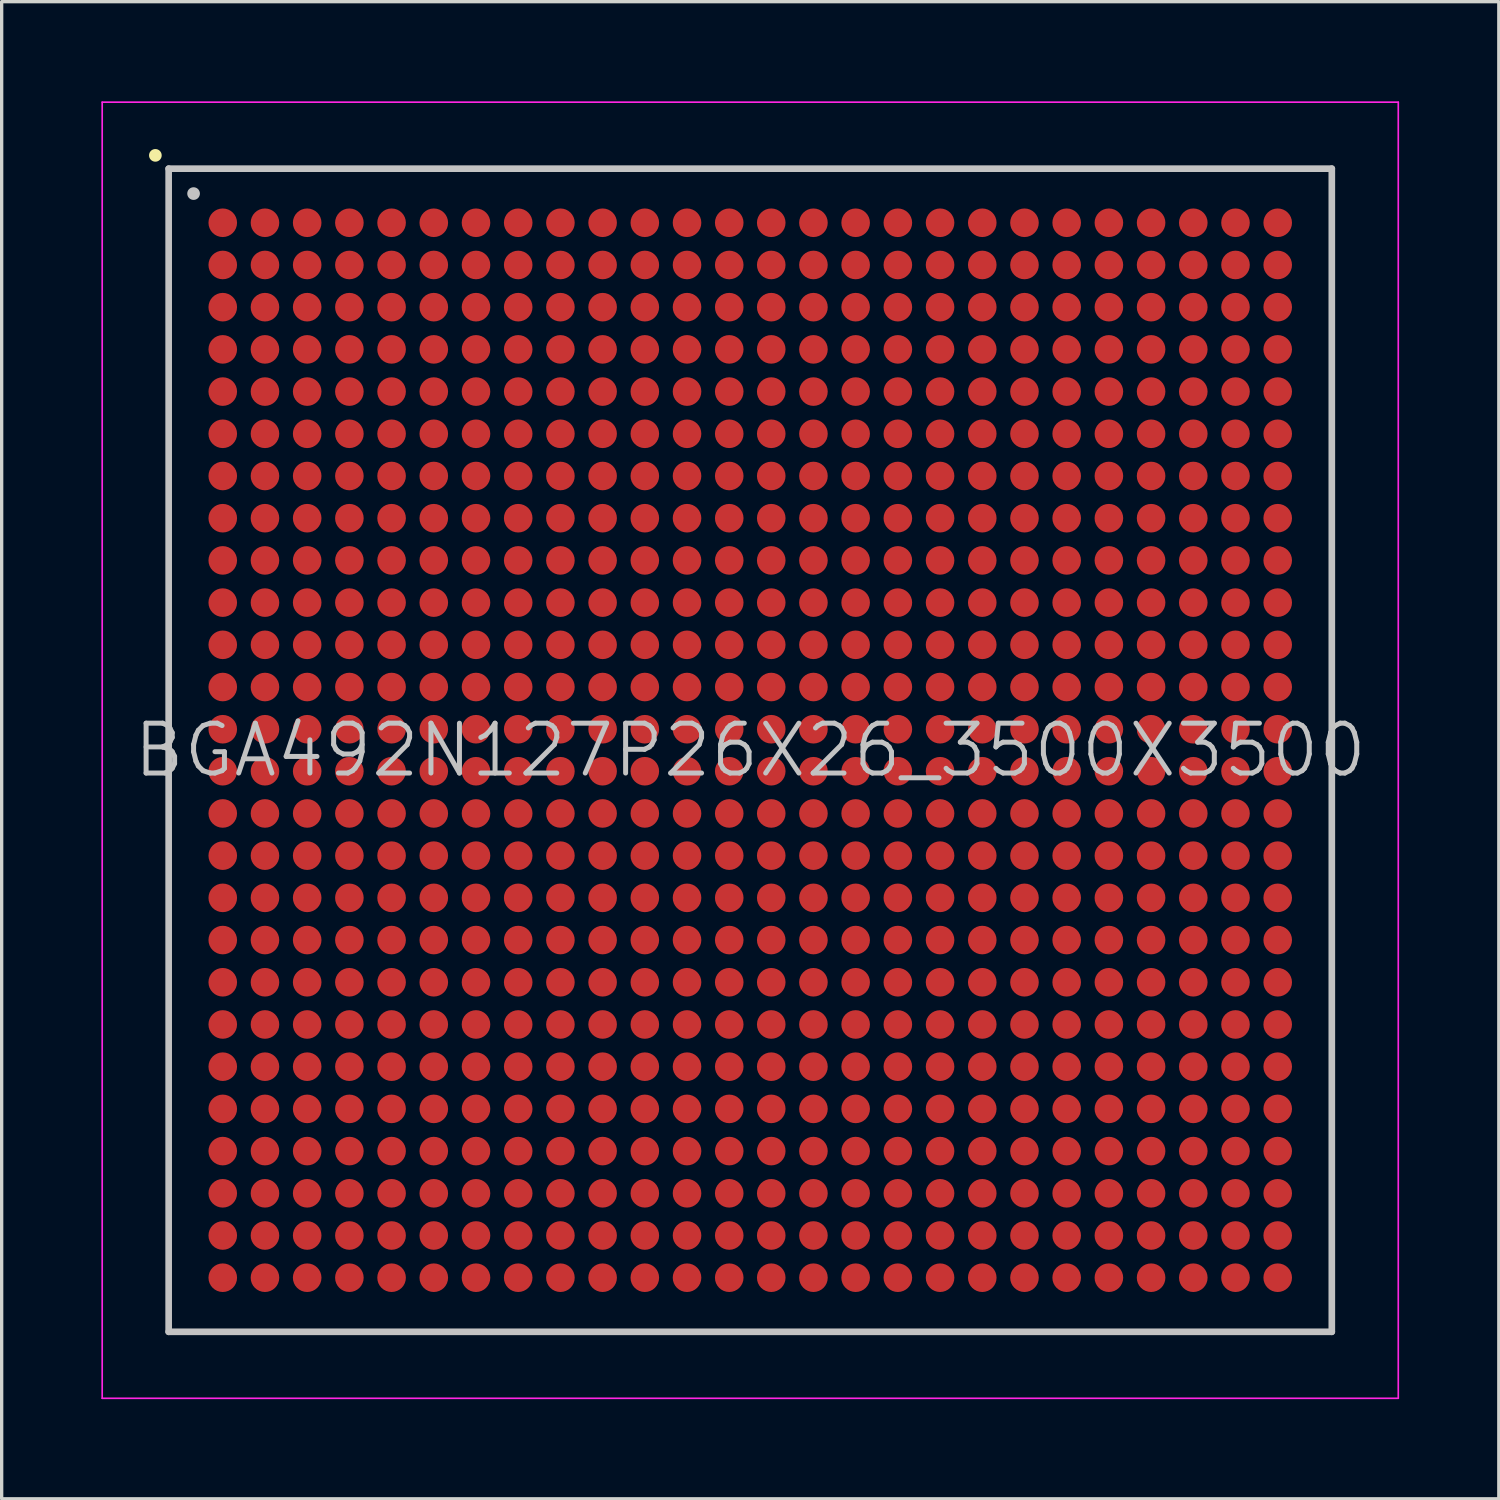
<source format=kicad_pcb>
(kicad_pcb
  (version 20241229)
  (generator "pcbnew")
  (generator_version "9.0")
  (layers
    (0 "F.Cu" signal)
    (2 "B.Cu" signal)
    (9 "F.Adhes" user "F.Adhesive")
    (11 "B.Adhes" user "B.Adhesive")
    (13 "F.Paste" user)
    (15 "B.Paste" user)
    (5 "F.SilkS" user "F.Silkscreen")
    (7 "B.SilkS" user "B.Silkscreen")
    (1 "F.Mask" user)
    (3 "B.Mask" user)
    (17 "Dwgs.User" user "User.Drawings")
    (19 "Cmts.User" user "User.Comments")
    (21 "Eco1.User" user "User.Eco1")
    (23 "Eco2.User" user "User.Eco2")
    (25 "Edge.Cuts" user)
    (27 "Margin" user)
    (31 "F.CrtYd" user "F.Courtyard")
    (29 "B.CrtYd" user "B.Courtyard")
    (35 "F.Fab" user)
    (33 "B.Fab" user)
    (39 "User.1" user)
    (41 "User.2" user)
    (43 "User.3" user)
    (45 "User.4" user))
  (footprint "BGA492N127P26X26_3500X3500"
    (layer "F.Cu")
    (at 19.525 19.525)
    (property "Reference" "BGA492N127P26X26_3500X3500" (at 0 0 0) (layer "Dwgs.User") (effects (font (size 1.5 1.5) (thickness 0.15))))
    (attr smd)
    (fp_line (start -17.9 -17.9) (end -17.9 -17.9) (stroke (width 0.381) (type solid)) (layer "F.SilkS"))
    (fp_line (start -17.5 -17.5) (end -17.5 17.5) (stroke (width 0.2) (type solid)) (layer "Dwgs.User"))
    (fp_line (start -17.5 -17.5) (end 17.5 -17.5) (stroke (width 0.2) (type solid)) (layer "Dwgs.User"))
    (fp_line (start -17.5 17.5) (end 17.5 17.5) (stroke (width 0.2) (type solid)) (layer "Dwgs.User"))
    (fp_line (start -16.75 -16.75) (end -16.75 -16.75) (stroke (width 0.381) (type solid)) (layer "Dwgs.User"))
    (fp_line (start 17.5 -17.5) (end 17.5 17.5) (stroke (width 0.2) (type solid)) (layer "Dwgs.User"))
    (fp_line (start -19.5 -19.5) (end -19.5 19.5) (stroke (width 0.05) (type solid)) (layer "F.CrtYd"))
    (fp_line (start -19.5 -19.5) (end 19.5 -19.5) (stroke (width 0.05) (type solid)) (layer "F.CrtYd"))
    (fp_line (start -19.5 19.5) (end 19.5 19.5) (stroke (width 0.05) (type solid)) (layer "F.CrtYd"))
    (fp_line (start 19.5 -19.5) (end 19.5 19.5) (stroke (width 0.05) (type solid)) (layer "F.CrtYd"))
    (pad "A1" smd circle (at -15.872 -15.872 270) (size 0.86 0.86) (layers "F.Cu" "F.Mask" "F.Paste"))
    (pad "A2" smd circle (at -14.602 -15.872 270) (size 0.86 0.86) (layers "F.Cu" "F.Mask" "F.Paste"))
    (pad "A3" smd circle (at -13.332 -15.872 270) (size 0.86 0.86) (layers "F.Cu" "F.Mask" "F.Paste"))
    (pad "A4" smd circle (at -12.062 -15.872 270) (size 0.86 0.86) (layers "F.Cu" "F.Mask" "F.Paste"))
    (pad "A5" smd circle (at -10.792 -15.872 270) (size 0.86 0.86) (layers "F.Cu" "F.Mask" "F.Paste"))
    (pad "A6" smd circle (at -9.522 -15.872 270) (size 0.86 0.86) (layers "F.Cu" "F.Mask" "F.Paste"))
    (pad "A7" smd circle (at -8.252 -15.872 270) (size 0.86 0.86) (layers "F.Cu" "F.Mask" "F.Paste"))
    (pad "A8" smd circle (at -6.982 -15.872 270) (size 0.86 0.86) (layers "F.Cu" "F.Mask" "F.Paste"))
    (pad "A9" smd circle (at -5.712 -15.872 270) (size 0.86 0.86) (layers "F.Cu" "F.Mask" "F.Paste"))
    (pad "A10" smd circle (at -4.442 -15.872 270) (size 0.86 0.86) (layers "F.Cu" "F.Mask" "F.Paste"))
    (pad "A11" smd circle (at -3.172 -15.872 270) (size 0.86 0.86) (layers "F.Cu" "F.Mask" "F.Paste"))
    (pad "A12" smd circle (at -1.902 -15.872 270) (size 0.86 0.86) (layers "F.Cu" "F.Mask" "F.Paste"))
    (pad "A13" smd circle (at -0.632 -15.872 270) (size 0.86 0.86) (layers "F.Cu" "F.Mask" "F.Paste"))
    (pad "A14" smd circle (at 0.632 -15.872 270) (size 0.86 0.86) (layers "F.Cu" "F.Mask" "F.Paste"))
    (pad "A15" smd circle (at 1.902 -15.872 270) (size 0.86 0.86) (layers "F.Cu" "F.Mask" "F.Paste"))
    (pad "A16" smd circle (at 3.172 -15.872 270) (size 0.86 0.86) (layers "F.Cu" "F.Mask" "F.Paste"))
    (pad "A17" smd circle (at 4.442 -15.872 270) (size 0.86 0.86) (layers "F.Cu" "F.Mask" "F.Paste"))
    (pad "A18" smd circle (at 5.712 -15.872 270) (size 0.86 0.86) (layers "F.Cu" "F.Mask" "F.Paste"))
    (pad "A19" smd circle (at 6.982 -15.872 270) (size 0.86 0.86) (layers "F.Cu" "F.Mask" "F.Paste"))
    (pad "A20" smd circle (at 8.252 -15.872 270) (size 0.86 0.86) (layers "F.Cu" "F.Mask" "F.Paste"))
    (pad "A21" smd circle (at 9.522 -15.872 270) (size 0.86 0.86) (layers "F.Cu" "F.Mask" "F.Paste"))
    (pad "A22" smd circle (at 10.792 -15.872 270) (size 0.86 0.86) (layers "F.Cu" "F.Mask" "F.Paste"))
    (pad "A23" smd circle (at 12.062 -15.872 270) (size 0.86 0.86) (layers "F.Cu" "F.Mask" "F.Paste"))
    (pad "A24" smd circle (at 13.332 -15.872 270) (size 0.86 0.86) (layers "F.Cu" "F.Mask" "F.Paste"))
    (pad "A25" smd circle (at 14.602 -15.872 270) (size 0.86 0.86) (layers "F.Cu" "F.Mask" "F.Paste"))
    (pad "A26" smd circle (at 15.872 -15.872 270) (size 0.86 0.86) (layers "F.Cu" "F.Mask" "F.Paste"))
    (pad "AA1" smd circle (at -15.872 9.522 270) (size 0.86 0.86) (layers "F.Cu" "F.Mask" "F.Paste"))
    (pad "AA2" smd circle (at -14.602 9.522 270) (size 0.86 0.86) (layers "F.Cu" "F.Mask" "F.Paste"))
    (pad "AA3" smd circle (at -13.332 9.522 270) (size 0.86 0.86) (layers "F.Cu" "F.Mask" "F.Paste"))
    (pad "AA4" smd circle (at -12.062 9.522 270) (size 0.86 0.86) (layers "F.Cu" "F.Mask" "F.Paste"))
    (pad "AA5" smd circle (at -10.792 9.522 270) (size 0.86 0.86) (layers "F.Cu" "F.Mask" "F.Paste"))
    (pad "AA6" smd circle (at -9.522 9.522 270) (size 0.86 0.86) (layers "F.Cu" "F.Mask" "F.Paste"))
    (pad "AA7" smd circle (at -8.252 9.522 270) (size 0.86 0.86) (layers "F.Cu" "F.Mask" "F.Paste"))
    (pad "AA8" smd circle (at -6.982 9.522 270) (size 0.86 0.86) (layers "F.Cu" "F.Mask" "F.Paste"))
    (pad "AA9" smd circle (at -5.712 9.522 270) (size 0.86 0.86) (layers "F.Cu" "F.Mask" "F.Paste"))
    (pad "AA10" smd circle (at -4.442 9.522 270) (size 0.86 0.86) (layers "F.Cu" "F.Mask" "F.Paste"))
    (pad "AA11" smd circle (at -3.172 9.522 270) (size 0.86 0.86) (layers "F.Cu" "F.Mask" "F.Paste"))
    (pad "AA12" smd circle (at -1.902 9.522 270) (size 0.86 0.86) (layers "F.Cu" "F.Mask" "F.Paste"))
    (pad "AA13" smd circle (at -0.632 9.522 270) (size 0.86 0.86) (layers "F.Cu" "F.Mask" "F.Paste"))
    (pad "AA14" smd circle (at 0.632 9.522 270) (size 0.86 0.86) (layers "F.Cu" "F.Mask" "F.Paste"))
    (pad "AA15" smd circle (at 1.902 9.522 270) (size 0.86 0.86) (layers "F.Cu" "F.Mask" "F.Paste"))
    (pad "AA16" smd circle (at 3.172 9.522 270) (size 0.86 0.86) (layers "F.Cu" "F.Mask" "F.Paste"))
    (pad "AA17" smd circle (at 4.442 9.522 270) (size 0.86 0.86) (layers "F.Cu" "F.Mask" "F.Paste"))
    (pad "AA18" smd circle (at 5.712 9.522 270) (size 0.86 0.86) (layers "F.Cu" "F.Mask" "F.Paste"))
    (pad "AA19" smd circle (at 6.982 9.522 270) (size 0.86 0.86) (layers "F.Cu" "F.Mask" "F.Paste"))
    (pad "AA20" smd circle (at 8.252 9.522 270) (size 0.86 0.86) (layers "F.Cu" "F.Mask" "F.Paste"))
    (pad "AA21" smd circle (at 9.522 9.522 270) (size 0.86 0.86) (layers "F.Cu" "F.Mask" "F.Paste"))
    (pad "AA22" smd circle (at 10.792 9.522 270) (size 0.86 0.86) (layers "F.Cu" "F.Mask" "F.Paste"))
    (pad "AA23" smd circle (at 12.062 9.522 270) (size 0.86 0.86) (layers "F.Cu" "F.Mask" "F.Paste"))
    (pad "AA24" smd circle (at 13.332 9.522 270) (size 0.86 0.86) (layers "F.Cu" "F.Mask" "F.Paste"))
    (pad "AA25" smd circle (at 14.602 9.522 270) (size 0.86 0.86) (layers "F.Cu" "F.Mask" "F.Paste"))
    (pad "AA26" smd circle (at 15.872 9.522 270) (size 0.86 0.86) (layers "F.Cu" "F.Mask" "F.Paste"))
    (pad "AB1" smd circle (at -15.872 10.792 270) (size 0.86 0.86) (layers "F.Cu" "F.Mask" "F.Paste"))
    (pad "AB2" smd circle (at -14.602 10.792 270) (size 0.86 0.86) (layers "F.Cu" "F.Mask" "F.Paste"))
    (pad "AB3" smd circle (at -13.332 10.792 270) (size 0.86 0.86) (layers "F.Cu" "F.Mask" "F.Paste"))
    (pad "AB4" smd circle (at -12.062 10.792 270) (size 0.86 0.86) (layers "F.Cu" "F.Mask" "F.Paste"))
    (pad "AB5" smd circle (at -10.792 10.792 270) (size 0.86 0.86) (layers "F.Cu" "F.Mask" "F.Paste"))
    (pad "AB6" smd circle (at -9.522 10.792 270) (size 0.86 0.86) (layers "F.Cu" "F.Mask" "F.Paste"))
    (pad "AB7" smd circle (at -8.252 10.792 270) (size 0.86 0.86) (layers "F.Cu" "F.Mask" "F.Paste"))
    (pad "AB8" smd circle (at -6.982 10.792 270) (size 0.86 0.86) (layers "F.Cu" "F.Mask" "F.Paste"))
    (pad "AB9" smd circle (at -5.712 10.792 270) (size 0.86 0.86) (layers "F.Cu" "F.Mask" "F.Paste"))
    (pad "AB10" smd circle (at -4.442 10.792 270) (size 0.86 0.86) (layers "F.Cu" "F.Mask" "F.Paste"))
    (pad "AB11" smd circle (at -3.172 10.792 270) (size 0.86 0.86) (layers "F.Cu" "F.Mask" "F.Paste"))
    (pad "AB12" smd circle (at -1.902 10.792 270) (size 0.86 0.86) (layers "F.Cu" "F.Mask" "F.Paste"))
    (pad "AB13" smd circle (at -0.632 10.792 270) (size 0.86 0.86) (layers "F.Cu" "F.Mask" "F.Paste"))
    (pad "AB14" smd circle (at 0.632 10.792 270) (size 0.86 0.86) (layers "F.Cu" "F.Mask" "F.Paste"))
    (pad "AB15" smd circle (at 1.902 10.792 270) (size 0.86 0.86) (layers "F.Cu" "F.Mask" "F.Paste"))
    (pad "AB16" smd circle (at 3.172 10.792 270) (size 0.86 0.86) (layers "F.Cu" "F.Mask" "F.Paste"))
    (pad "AB17" smd circle (at 4.442 10.792 270) (size 0.86 0.86) (layers "F.Cu" "F.Mask" "F.Paste"))
    (pad "AB18" smd circle (at 5.712 10.792 270) (size 0.86 0.86) (layers "F.Cu" "F.Mask" "F.Paste"))
    (pad "AB19" smd circle (at 6.982 10.792 270) (size 0.86 0.86) (layers "F.Cu" "F.Mask" "F.Paste"))
    (pad "AB20" smd circle (at 8.252 10.792 270) (size 0.86 0.86) (layers "F.Cu" "F.Mask" "F.Paste"))
    (pad "AB21" smd circle (at 9.522 10.792 270) (size 0.86 0.86) (layers "F.Cu" "F.Mask" "F.Paste"))
    (pad "AB22" smd circle (at 10.792 10.792 270) (size 0.86 0.86) (layers "F.Cu" "F.Mask" "F.Paste"))
    (pad "AB23" smd circle (at 12.062 10.792 270) (size 0.86 0.86) (layers "F.Cu" "F.Mask" "F.Paste"))
    (pad "AB24" smd circle (at 13.332 10.792 270) (size 0.86 0.86) (layers "F.Cu" "F.Mask" "F.Paste"))
    (pad "AB25" smd circle (at 14.602 10.792 270) (size 0.86 0.86) (layers "F.Cu" "F.Mask" "F.Paste"))
    (pad "AB26" smd circle (at 15.872 10.792 270) (size 0.86 0.86) (layers "F.Cu" "F.Mask" "F.Paste"))
    (pad "AC1" smd circle (at -15.872 12.062 270) (size 0.86 0.86) (layers "F.Cu" "F.Mask" "F.Paste"))
    (pad "AC2" smd circle (at -14.602 12.062 270) (size 0.86 0.86) (layers "F.Cu" "F.Mask" "F.Paste"))
    (pad "AC3" smd circle (at -13.332 12.062 270) (size 0.86 0.86) (layers "F.Cu" "F.Mask" "F.Paste"))
    (pad "AC4" smd circle (at -12.062 12.062 270) (size 0.86 0.86) (layers "F.Cu" "F.Mask" "F.Paste"))
    (pad "AC5" smd circle (at -10.792 12.062 270) (size 0.86 0.86) (layers "F.Cu" "F.Mask" "F.Paste"))
    (pad "AC6" smd circle (at -9.522 12.062 270) (size 0.86 0.86) (layers "F.Cu" "F.Mask" "F.Paste"))
    (pad "AC7" smd circle (at -8.252 12.062 270) (size 0.86 0.86) (layers "F.Cu" "F.Mask" "F.Paste"))
    (pad "AC8" smd circle (at -6.982 12.062 270) (size 0.86 0.86) (layers "F.Cu" "F.Mask" "F.Paste"))
    (pad "AC9" smd circle (at -5.712 12.062 270) (size 0.86 0.86) (layers "F.Cu" "F.Mask" "F.Paste"))
    (pad "AC10" smd circle (at -4.442 12.062 270) (size 0.86 0.86) (layers "F.Cu" "F.Mask" "F.Paste"))
    (pad "AC11" smd circle (at -3.172 12.062 270) (size 0.86 0.86) (layers "F.Cu" "F.Mask" "F.Paste"))
    (pad "AC12" smd circle (at -1.902 12.062 270) (size 0.86 0.86) (layers "F.Cu" "F.Mask" "F.Paste"))
    (pad "AC13" smd circle (at -0.632 12.062 270) (size 0.86 0.86) (layers "F.Cu" "F.Mask" "F.Paste"))
    (pad "AC14" smd circle (at 0.632 12.062 270) (size 0.86 0.86) (layers "F.Cu" "F.Mask" "F.Paste"))
    (pad "AC15" smd circle (at 1.902 12.062 270) (size 0.86 0.86) (layers "F.Cu" "F.Mask" "F.Paste"))
    (pad "AC16" smd circle (at 3.172 12.062 270) (size 0.86 0.86) (layers "F.Cu" "F.Mask" "F.Paste"))
    (pad "AC17" smd circle (at 4.442 12.062 270) (size 0.86 0.86) (layers "F.Cu" "F.Mask" "F.Paste"))
    (pad "AC18" smd circle (at 5.712 12.062 270) (size 0.86 0.86) (layers "F.Cu" "F.Mask" "F.Paste"))
    (pad "AC19" smd circle (at 6.982 12.062 270) (size 0.86 0.86) (layers "F.Cu" "F.Mask" "F.Paste"))
    (pad "AC20" smd circle (at 8.252 12.062 270) (size 0.86 0.86) (layers "F.Cu" "F.Mask" "F.Paste"))
    (pad "AC21" smd circle (at 9.522 12.062 270) (size 0.86 0.86) (layers "F.Cu" "F.Mask" "F.Paste"))
    (pad "AC22" smd circle (at 10.792 12.062 270) (size 0.86 0.86) (layers "F.Cu" "F.Mask" "F.Paste"))
    (pad "AC23" smd circle (at 12.062 12.062 270) (size 0.86 0.86) (layers "F.Cu" "F.Mask" "F.Paste"))
    (pad "AC24" smd circle (at 13.332 12.062 270) (size 0.86 0.86) (layers "F.Cu" "F.Mask" "F.Paste"))
    (pad "AC25" smd circle (at 14.602 12.062 270) (size 0.86 0.86) (layers "F.Cu" "F.Mask" "F.Paste"))
    (pad "AC26" smd circle (at 15.872 12.062 270) (size 0.86 0.86) (layers "F.Cu" "F.Mask" "F.Paste"))
    (pad "AD1" smd circle (at -15.872 13.332 270) (size 0.86 0.86) (layers "F.Cu" "F.Mask" "F.Paste"))
    (pad "AD2" smd circle (at -14.602 13.332 270) (size 0.86 0.86) (layers "F.Cu" "F.Mask" "F.Paste"))
    (pad "AD3" smd circle (at -13.332 13.332 270) (size 0.86 0.86) (layers "F.Cu" "F.Mask" "F.Paste"))
    (pad "AD4" smd circle (at -12.062 13.332 270) (size 0.86 0.86) (layers "F.Cu" "F.Mask" "F.Paste"))
    (pad "AD5" smd circle (at -10.792 13.332 270) (size 0.86 0.86) (layers "F.Cu" "F.Mask" "F.Paste"))
    (pad "AD6" smd circle (at -9.522 13.332 270) (size 0.86 0.86) (layers "F.Cu" "F.Mask" "F.Paste"))
    (pad "AD7" smd circle (at -8.252 13.332 270) (size 0.86 0.86) (layers "F.Cu" "F.Mask" "F.Paste"))
    (pad "AD8" smd circle (at -6.982 13.332 270) (size 0.86 0.86) (layers "F.Cu" "F.Mask" "F.Paste"))
    (pad "AD9" smd circle (at -5.712 13.332 270) (size 0.86 0.86) (layers "F.Cu" "F.Mask" "F.Paste"))
    (pad "AD10" smd circle (at -4.442 13.332 270) (size 0.86 0.86) (layers "F.Cu" "F.Mask" "F.Paste"))
    (pad "AD11" smd circle (at -3.172 13.332 270) (size 0.86 0.86) (layers "F.Cu" "F.Mask" "F.Paste"))
    (pad "AD12" smd circle (at -1.902 13.332 270) (size 0.86 0.86) (layers "F.Cu" "F.Mask" "F.Paste"))
    (pad "AD13" smd circle (at -0.632 13.332 270) (size 0.86 0.86) (layers "F.Cu" "F.Mask" "F.Paste"))
    (pad "AD14" smd circle (at 0.632 13.332 270) (size 0.86 0.86) (layers "F.Cu" "F.Mask" "F.Paste"))
    (pad "AD15" smd circle (at 1.902 13.332 270) (size 0.86 0.86) (layers "F.Cu" "F.Mask" "F.Paste"))
    (pad "AD16" smd circle (at 3.172 13.332 270) (size 0.86 0.86) (layers "F.Cu" "F.Mask" "F.Paste"))
    (pad "AD17" smd circle (at 4.442 13.332 270) (size 0.86 0.86) (layers "F.Cu" "F.Mask" "F.Paste"))
    (pad "AD18" smd circle (at 5.712 13.332 270) (size 0.86 0.86) (layers "F.Cu" "F.Mask" "F.Paste"))
    (pad "AD19" smd circle (at 6.982 13.332 270) (size 0.86 0.86) (layers "F.Cu" "F.Mask" "F.Paste"))
    (pad "AD20" smd circle (at 8.252 13.332 270) (size 0.86 0.86) (layers "F.Cu" "F.Mask" "F.Paste"))
    (pad "AD21" smd circle (at 9.522 13.332 270) (size 0.86 0.86) (layers "F.Cu" "F.Mask" "F.Paste"))
    (pad "AD22" smd circle (at 10.792 13.332 270) (size 0.86 0.86) (layers "F.Cu" "F.Mask" "F.Paste"))
    (pad "AD23" smd circle (at 12.062 13.332 270) (size 0.86 0.86) (layers "F.Cu" "F.Mask" "F.Paste"))
    (pad "AD24" smd circle (at 13.332 13.332 270) (size 0.86 0.86) (layers "F.Cu" "F.Mask" "F.Paste"))
    (pad "AD25" smd circle (at 14.602 13.332 270) (size 0.86 0.86) (layers "F.Cu" "F.Mask" "F.Paste"))
    (pad "AD26" smd circle (at 15.872 13.332 270) (size 0.86 0.86) (layers "F.Cu" "F.Mask" "F.Paste"))
    (pad "AE1" smd circle (at -15.872 14.602 270) (size 0.86 0.86) (layers "F.Cu" "F.Mask" "F.Paste"))
    (pad "AE2" smd circle (at -14.602 14.602 270) (size 0.86 0.86) (layers "F.Cu" "F.Mask" "F.Paste"))
    (pad "AE3" smd circle (at -13.332 14.602 270) (size 0.86 0.86) (layers "F.Cu" "F.Mask" "F.Paste"))
    (pad "AE4" smd circle (at -12.062 14.602 270) (size 0.86 0.86) (layers "F.Cu" "F.Mask" "F.Paste"))
    (pad "AE5" smd circle (at -10.792 14.602 270) (size 0.86 0.86) (layers "F.Cu" "F.Mask" "F.Paste"))
    (pad "AE6" smd circle (at -9.522 14.602 270) (size 0.86 0.86) (layers "F.Cu" "F.Mask" "F.Paste"))
    (pad "AE7" smd circle (at -8.252 14.602 270) (size 0.86 0.86) (layers "F.Cu" "F.Mask" "F.Paste"))
    (pad "AE8" smd circle (at -6.982 14.602 270) (size 0.86 0.86) (layers "F.Cu" "F.Mask" "F.Paste"))
    (pad "AE9" smd circle (at -5.712 14.602 270) (size 0.86 0.86) (layers "F.Cu" "F.Mask" "F.Paste"))
    (pad "AE10" smd circle (at -4.442 14.602 270) (size 0.86 0.86) (layers "F.Cu" "F.Mask" "F.Paste"))
    (pad "AE11" smd circle (at -3.172 14.602 270) (size 0.86 0.86) (layers "F.Cu" "F.Mask" "F.Paste"))
    (pad "AE12" smd circle (at -1.902 14.602 270) (size 0.86 0.86) (layers "F.Cu" "F.Mask" "F.Paste"))
    (pad "AE13" smd circle (at -0.632 14.602 270) (size 0.86 0.86) (layers "F.Cu" "F.Mask" "F.Paste"))
    (pad "AE14" smd circle (at 0.632 14.602 270) (size 0.86 0.86) (layers "F.Cu" "F.Mask" "F.Paste"))
    (pad "AE15" smd circle (at 1.902 14.602 270) (size 0.86 0.86) (layers "F.Cu" "F.Mask" "F.Paste"))
    (pad "AE16" smd circle (at 3.172 14.602 270) (size 0.86 0.86) (layers "F.Cu" "F.Mask" "F.Paste"))
    (pad "AE17" smd circle (at 4.442 14.602 270) (size 0.86 0.86) (layers "F.Cu" "F.Mask" "F.Paste"))
    (pad "AE18" smd circle (at 5.712 14.602 270) (size 0.86 0.86) (layers "F.Cu" "F.Mask" "F.Paste"))
    (pad "AE19" smd circle (at 6.982 14.602 270) (size 0.86 0.86) (layers "F.Cu" "F.Mask" "F.Paste"))
    (pad "AE20" smd circle (at 8.252 14.602 270) (size 0.86 0.86) (layers "F.Cu" "F.Mask" "F.Paste"))
    (pad "AE21" smd circle (at 9.522 14.602 270) (size 0.86 0.86) (layers "F.Cu" "F.Mask" "F.Paste"))
    (pad "AE22" smd circle (at 10.792 14.602 270) (size 0.86 0.86) (layers "F.Cu" "F.Mask" "F.Paste"))
    (pad "AE23" smd circle (at 12.062 14.602 270) (size 0.86 0.86) (layers "F.Cu" "F.Mask" "F.Paste"))
    (pad "AE24" smd circle (at 13.332 14.602 270) (size 0.86 0.86) (layers "F.Cu" "F.Mask" "F.Paste"))
    (pad "AE25" smd circle (at 14.602 14.602 270) (size 0.86 0.86) (layers "F.Cu" "F.Mask" "F.Paste"))
    (pad "AE26" smd circle (at 15.872 14.602 270) (size 0.86 0.86) (layers "F.Cu" "F.Mask" "F.Paste"))
    (pad "AF1" smd circle (at -15.872 15.872 270) (size 0.86 0.86) (layers "F.Cu" "F.Mask" "F.Paste"))
    (pad "AF2" smd circle (at -14.602 15.872 270) (size 0.86 0.86) (layers "F.Cu" "F.Mask" "F.Paste"))
    (pad "AF3" smd circle (at -13.332 15.872 270) (size 0.86 0.86) (layers "F.Cu" "F.Mask" "F.Paste"))
    (pad "AF4" smd circle (at -12.062 15.872 270) (size 0.86 0.86) (layers "F.Cu" "F.Mask" "F.Paste"))
    (pad "AF5" smd circle (at -10.792 15.872 270) (size 0.86 0.86) (layers "F.Cu" "F.Mask" "F.Paste"))
    (pad "AF6" smd circle (at -9.522 15.872 270) (size 0.86 0.86) (layers "F.Cu" "F.Mask" "F.Paste"))
    (pad "AF7" smd circle (at -8.252 15.872 270) (size 0.86 0.86) (layers "F.Cu" "F.Mask" "F.Paste"))
    (pad "AF8" smd circle (at -6.982 15.872 270) (size 0.86 0.86) (layers "F.Cu" "F.Mask" "F.Paste"))
    (pad "AF9" smd circle (at -5.712 15.872 270) (size 0.86 0.86) (layers "F.Cu" "F.Mask" "F.Paste"))
    (pad "AF10" smd circle (at -4.442 15.872 270) (size 0.86 0.86) (layers "F.Cu" "F.Mask" "F.Paste"))
    (pad "AF11" smd circle (at -3.172 15.872 270) (size 0.86 0.86) (layers "F.Cu" "F.Mask" "F.Paste"))
    (pad "AF12" smd circle (at -1.902 15.872 270) (size 0.86 0.86) (layers "F.Cu" "F.Mask" "F.Paste"))
    (pad "AF13" smd circle (at -0.632 15.872 270) (size 0.86 0.86) (layers "F.Cu" "F.Mask" "F.Paste"))
    (pad "AF14" smd circle (at 0.632 15.872 270) (size 0.86 0.86) (layers "F.Cu" "F.Mask" "F.Paste"))
    (pad "AF15" smd circle (at 1.902 15.872 270) (size 0.86 0.86) (layers "F.Cu" "F.Mask" "F.Paste"))
    (pad "AF16" smd circle (at 3.172 15.872 270) (size 0.86 0.86) (layers "F.Cu" "F.Mask" "F.Paste"))
    (pad "AF17" smd circle (at 4.442 15.872 270) (size 0.86 0.86) (layers "F.Cu" "F.Mask" "F.Paste"))
    (pad "AF18" smd circle (at 5.712 15.872 270) (size 0.86 0.86) (layers "F.Cu" "F.Mask" "F.Paste"))
    (pad "AF19" smd circle (at 6.982 15.872 270) (size 0.86 0.86) (layers "F.Cu" "F.Mask" "F.Paste"))
    (pad "AF20" smd circle (at 8.252 15.872 270) (size 0.86 0.86) (layers "F.Cu" "F.Mask" "F.Paste"))
    (pad "AF21" smd circle (at 9.522 15.872 270) (size 0.86 0.86) (layers "F.Cu" "F.Mask" "F.Paste"))
    (pad "AF22" smd circle (at 10.792 15.872 270) (size 0.86 0.86) (layers "F.Cu" "F.Mask" "F.Paste"))
    (pad "AF23" smd circle (at 12.062 15.872 270) (size 0.86 0.86) (layers "F.Cu" "F.Mask" "F.Paste"))
    (pad "AF24" smd circle (at 13.332 15.872 270) (size 0.86 0.86) (layers "F.Cu" "F.Mask" "F.Paste"))
    (pad "AF25" smd circle (at 14.602 15.872 270) (size 0.86 0.86) (layers "F.Cu" "F.Mask" "F.Paste"))
    (pad "AF26" smd circle (at 15.872 15.872 270) (size 0.86 0.86) (layers "F.Cu" "F.Mask" "F.Paste"))
    (pad "B1" smd circle (at -15.872 -14.602 270) (size 0.86 0.86) (layers "F.Cu" "F.Mask" "F.Paste"))
    (pad "B2" smd circle (at -14.602 -14.602 270) (size 0.86 0.86) (layers "F.Cu" "F.Mask" "F.Paste"))
    (pad "B3" smd circle (at -13.332 -14.602 270) (size 0.86 0.86) (layers "F.Cu" "F.Mask" "F.Paste"))
    (pad "B4" smd circle (at -12.062 -14.602 270) (size 0.86 0.86) (layers "F.Cu" "F.Mask" "F.Paste"))
    (pad "B5" smd circle (at -10.792 -14.602 270) (size 0.86 0.86) (layers "F.Cu" "F.Mask" "F.Paste"))
    (pad "B6" smd circle (at -9.522 -14.602 270) (size 0.86 0.86) (layers "F.Cu" "F.Mask" "F.Paste"))
    (pad "B7" smd circle (at -8.252 -14.602 270) (size 0.86 0.86) (layers "F.Cu" "F.Mask" "F.Paste"))
    (pad "B8" smd circle (at -6.982 -14.602 270) (size 0.86 0.86) (layers "F.Cu" "F.Mask" "F.Paste"))
    (pad "B9" smd circle (at -5.712 -14.602 270) (size 0.86 0.86) (layers "F.Cu" "F.Mask" "F.Paste"))
    (pad "B10" smd circle (at -4.442 -14.602 270) (size 0.86 0.86) (layers "F.Cu" "F.Mask" "F.Paste"))
    (pad "B11" smd circle (at -3.172 -14.602 270) (size 0.86 0.86) (layers "F.Cu" "F.Mask" "F.Paste"))
    (pad "B12" smd circle (at -1.902 -14.602 270) (size 0.86 0.86) (layers "F.Cu" "F.Mask" "F.Paste"))
    (pad "B13" smd circle (at -0.632 -14.602 270) (size 0.86 0.86) (layers "F.Cu" "F.Mask" "F.Paste"))
    (pad "B14" smd circle (at 0.632 -14.602 270) (size 0.86 0.86) (layers "F.Cu" "F.Mask" "F.Paste"))
    (pad "B15" smd circle (at 1.902 -14.602 270) (size 0.86 0.86) (layers "F.Cu" "F.Mask" "F.Paste"))
    (pad "B16" smd circle (at 3.172 -14.602 270) (size 0.86 0.86) (layers "F.Cu" "F.Mask" "F.Paste"))
    (pad "B17" smd circle (at 4.442 -14.602 270) (size 0.86 0.86) (layers "F.Cu" "F.Mask" "F.Paste"))
    (pad "B18" smd circle (at 5.712 -14.602 270) (size 0.86 0.86) (layers "F.Cu" "F.Mask" "F.Paste"))
    (pad "B19" smd circle (at 6.982 -14.602 270) (size 0.86 0.86) (layers "F.Cu" "F.Mask" "F.Paste"))
    (pad "B20" smd circle (at 8.252 -14.602 270) (size 0.86 0.86) (layers "F.Cu" "F.Mask" "F.Paste"))
    (pad "B21" smd circle (at 9.522 -14.602 270) (size 0.86 0.86) (layers "F.Cu" "F.Mask" "F.Paste"))
    (pad "B22" smd circle (at 10.792 -14.602 270) (size 0.86 0.86) (layers "F.Cu" "F.Mask" "F.Paste"))
    (pad "B23" smd circle (at 12.062 -14.602 270) (size 0.86 0.86) (layers "F.Cu" "F.Mask" "F.Paste"))
    (pad "B24" smd circle (at 13.332 -14.602 270) (size 0.86 0.86) (layers "F.Cu" "F.Mask" "F.Paste"))
    (pad "B25" smd circle (at 14.602 -14.602 270) (size 0.86 0.86) (layers "F.Cu" "F.Mask" "F.Paste"))
    (pad "B26" smd circle (at 15.872 -14.602 270) (size 0.86 0.86) (layers "F.Cu" "F.Mask" "F.Paste"))
    (pad "C1" smd circle (at -15.872 -13.332 270) (size 0.86 0.86) (layers "F.Cu" "F.Mask" "F.Paste"))
    (pad "C2" smd circle (at -14.602 -13.332 270) (size 0.86 0.86) (layers "F.Cu" "F.Mask" "F.Paste"))
    (pad "C3" smd circle (at -13.332 -13.332 270) (size 0.86 0.86) (layers "F.Cu" "F.Mask" "F.Paste"))
    (pad "C4" smd circle (at -12.062 -13.332 270) (size 0.86 0.86) (layers "F.Cu" "F.Mask" "F.Paste"))
    (pad "C5" smd circle (at -10.792 -13.332 270) (size 0.86 0.86) (layers "F.Cu" "F.Mask" "F.Paste"))
    (pad "C6" smd circle (at -9.522 -13.332 270) (size 0.86 0.86) (layers "F.Cu" "F.Mask" "F.Paste"))
    (pad "C7" smd circle (at -8.252 -13.332 270) (size 0.86 0.86) (layers "F.Cu" "F.Mask" "F.Paste"))
    (pad "C8" smd circle (at -6.982 -13.332 270) (size 0.86 0.86) (layers "F.Cu" "F.Mask" "F.Paste"))
    (pad "C9" smd circle (at -5.712 -13.332 270) (size 0.86 0.86) (layers "F.Cu" "F.Mask" "F.Paste"))
    (pad "C10" smd circle (at -4.442 -13.332 270) (size 0.86 0.86) (layers "F.Cu" "F.Mask" "F.Paste"))
    (pad "C11" smd circle (at -3.172 -13.332 270) (size 0.86 0.86) (layers "F.Cu" "F.Mask" "F.Paste"))
    (pad "C12" smd circle (at -1.902 -13.332 270) (size 0.86 0.86) (layers "F.Cu" "F.Mask" "F.Paste"))
    (pad "C13" smd circle (at -0.632 -13.332 270) (size 0.86 0.86) (layers "F.Cu" "F.Mask" "F.Paste"))
    (pad "C14" smd circle (at 0.632 -13.332 270) (size 0.86 0.86) (layers "F.Cu" "F.Mask" "F.Paste"))
    (pad "C15" smd circle (at 1.902 -13.332 270) (size 0.86 0.86) (layers "F.Cu" "F.Mask" "F.Paste"))
    (pad "C16" smd circle (at 3.172 -13.332 270) (size 0.86 0.86) (layers "F.Cu" "F.Mask" "F.Paste"))
    (pad "C17" smd circle (at 4.442 -13.332 270) (size 0.86 0.86) (layers "F.Cu" "F.Mask" "F.Paste"))
    (pad "C18" smd circle (at 5.712 -13.332 270) (size 0.86 0.86) (layers "F.Cu" "F.Mask" "F.Paste"))
    (pad "C19" smd circle (at 6.982 -13.332 270) (size 0.86 0.86) (layers "F.Cu" "F.Mask" "F.Paste"))
    (pad "C20" smd circle (at 8.252 -13.332 270) (size 0.86 0.86) (layers "F.Cu" "F.Mask" "F.Paste"))
    (pad "C21" smd circle (at 9.522 -13.332 270) (size 0.86 0.86) (layers "F.Cu" "F.Mask" "F.Paste"))
    (pad "C22" smd circle (at 10.792 -13.332 270) (size 0.86 0.86) (layers "F.Cu" "F.Mask" "F.Paste"))
    (pad "C23" smd circle (at 12.062 -13.332 270) (size 0.86 0.86) (layers "F.Cu" "F.Mask" "F.Paste"))
    (pad "C24" smd circle (at 13.332 -13.332 270) (size 0.86 0.86) (layers "F.Cu" "F.Mask" "F.Paste"))
    (pad "C25" smd circle (at 14.602 -13.332 270) (size 0.86 0.86) (layers "F.Cu" "F.Mask" "F.Paste"))
    (pad "C26" smd circle (at 15.872 -13.332 270) (size 0.86 0.86) (layers "F.Cu" "F.Mask" "F.Paste"))
    (pad "D1" smd circle (at -15.872 -12.062 270) (size 0.86 0.86) (layers "F.Cu" "F.Mask" "F.Paste"))
    (pad "D2" smd circle (at -14.602 -12.062 270) (size 0.86 0.86) (layers "F.Cu" "F.Mask" "F.Paste"))
    (pad "D3" smd circle (at -13.332 -12.062 270) (size 0.86 0.86) (layers "F.Cu" "F.Mask" "F.Paste"))
    (pad "D4" smd circle (at -12.062 -12.062 270) (size 0.86 0.86) (layers "F.Cu" "F.Mask" "F.Paste"))
    (pad "D5" smd circle (at -10.792 -12.062 270) (size 0.86 0.86) (layers "F.Cu" "F.Mask" "F.Paste"))
    (pad "D6" smd circle (at -9.522 -12.062 270) (size 0.86 0.86) (layers "F.Cu" "F.Mask" "F.Paste"))
    (pad "D7" smd circle (at -8.252 -12.062 270) (size 0.86 0.86) (layers "F.Cu" "F.Mask" "F.Paste"))
    (pad "D8" smd circle (at -6.982 -12.062 270) (size 0.86 0.86) (layers "F.Cu" "F.Mask" "F.Paste"))
    (pad "D9" smd circle (at -5.712 -12.062 270) (size 0.86 0.86) (layers "F.Cu" "F.Mask" "F.Paste"))
    (pad "D10" smd circle (at -4.442 -12.062 270) (size 0.86 0.86) (layers "F.Cu" "F.Mask" "F.Paste"))
    (pad "D11" smd circle (at -3.172 -12.062 270) (size 0.86 0.86) (layers "F.Cu" "F.Mask" "F.Paste"))
    (pad "D12" smd circle (at -1.902 -12.062 270) (size 0.86 0.86) (layers "F.Cu" "F.Mask" "F.Paste"))
    (pad "D13" smd circle (at -0.632 -12.062 270) (size 0.86 0.86) (layers "F.Cu" "F.Mask" "F.Paste"))
    (pad "D14" smd circle (at 0.632 -12.062 270) (size 0.86 0.86) (layers "F.Cu" "F.Mask" "F.Paste"))
    (pad "D15" smd circle (at 1.902 -12.062 270) (size 0.86 0.86) (layers "F.Cu" "F.Mask" "F.Paste"))
    (pad "D16" smd circle (at 3.172 -12.062 270) (size 0.86 0.86) (layers "F.Cu" "F.Mask" "F.Paste"))
    (pad "D17" smd circle (at 4.442 -12.062 270) (size 0.86 0.86) (layers "F.Cu" "F.Mask" "F.Paste"))
    (pad "D18" smd circle (at 5.712 -12.062 270) (size 0.86 0.86) (layers "F.Cu" "F.Mask" "F.Paste"))
    (pad "D19" smd circle (at 6.982 -12.062 270) (size 0.86 0.86) (layers "F.Cu" "F.Mask" "F.Paste"))
    (pad "D20" smd circle (at 8.252 -12.062 270) (size 0.86 0.86) (layers "F.Cu" "F.Mask" "F.Paste"))
    (pad "D21" smd circle (at 9.522 -12.062 270) (size 0.86 0.86) (layers "F.Cu" "F.Mask" "F.Paste"))
    (pad "D22" smd circle (at 10.792 -12.062 270) (size 0.86 0.86) (layers "F.Cu" "F.Mask" "F.Paste"))
    (pad "D23" smd circle (at 12.062 -12.062 270) (size 0.86 0.86) (layers "F.Cu" "F.Mask" "F.Paste"))
    (pad "D24" smd circle (at 13.332 -12.062 270) (size 0.86 0.86) (layers "F.Cu" "F.Mask" "F.Paste"))
    (pad "D25" smd circle (at 14.602 -12.062 270) (size 0.86 0.86) (layers "F.Cu" "F.Mask" "F.Paste"))
    (pad "D26" smd circle (at 15.872 -12.062 270) (size 0.86 0.86) (layers "F.Cu" "F.Mask" "F.Paste"))
    (pad "E1" smd circle (at -15.872 -10.792 270) (size 0.86 0.86) (layers "F.Cu" "F.Mask" "F.Paste"))
    (pad "E2" smd circle (at -14.602 -10.792 270) (size 0.86 0.86) (layers "F.Cu" "F.Mask" "F.Paste"))
    (pad "E3" smd circle (at -13.332 -10.792 270) (size 0.86 0.86) (layers "F.Cu" "F.Mask" "F.Paste"))
    (pad "E4" smd circle (at -12.062 -10.792 270) (size 0.86 0.86) (layers "F.Cu" "F.Mask" "F.Paste"))
    (pad "E5" smd circle (at -10.792 -10.792 270) (size 0.86 0.86) (layers "F.Cu" "F.Mask" "F.Paste"))
    (pad "E6" smd circle (at -9.522 -10.792 270) (size 0.86 0.86) (layers "F.Cu" "F.Mask" "F.Paste"))
    (pad "E7" smd circle (at -8.252 -10.792 270) (size 0.86 0.86) (layers "F.Cu" "F.Mask" "F.Paste"))
    (pad "E8" smd circle (at -6.982 -10.792 270) (size 0.86 0.86) (layers "F.Cu" "F.Mask" "F.Paste"))
    (pad "E9" smd circle (at -5.712 -10.792 270) (size 0.86 0.86) (layers "F.Cu" "F.Mask" "F.Paste"))
    (pad "E10" smd circle (at -4.442 -10.792 270) (size 0.86 0.86) (layers "F.Cu" "F.Mask" "F.Paste"))
    (pad "E11" smd circle (at -3.172 -10.792 270) (size 0.86 0.86) (layers "F.Cu" "F.Mask" "F.Paste"))
    (pad "E12" smd circle (at -1.902 -10.792 270) (size 0.86 0.86) (layers "F.Cu" "F.Mask" "F.Paste"))
    (pad "E13" smd circle (at -0.632 -10.792 270) (size 0.86 0.86) (layers "F.Cu" "F.Mask" "F.Paste"))
    (pad "E14" smd circle (at 0.632 -10.792 270) (size 0.86 0.86) (layers "F.Cu" "F.Mask" "F.Paste"))
    (pad "E15" smd circle (at 1.902 -10.792 270) (size 0.86 0.86) (layers "F.Cu" "F.Mask" "F.Paste"))
    (pad "E16" smd circle (at 3.172 -10.792 270) (size 0.86 0.86) (layers "F.Cu" "F.Mask" "F.Paste"))
    (pad "E17" smd circle (at 4.442 -10.792 270) (size 0.86 0.86) (layers "F.Cu" "F.Mask" "F.Paste"))
    (pad "E18" smd circle (at 5.712 -10.792 270) (size 0.86 0.86) (layers "F.Cu" "F.Mask" "F.Paste"))
    (pad "E19" smd circle (at 6.982 -10.792 270) (size 0.86 0.86) (layers "F.Cu" "F.Mask" "F.Paste"))
    (pad "E20" smd circle (at 8.252 -10.792 270) (size 0.86 0.86) (layers "F.Cu" "F.Mask" "F.Paste"))
    (pad "E21" smd circle (at 9.522 -10.792 270) (size 0.86 0.86) (layers "F.Cu" "F.Mask" "F.Paste"))
    (pad "E22" smd circle (at 10.792 -10.792 270) (size 0.86 0.86) (layers "F.Cu" "F.Mask" "F.Paste"))
    (pad "E23" smd circle (at 12.062 -10.792 270) (size 0.86 0.86) (layers "F.Cu" "F.Mask" "F.Paste"))
    (pad "E24" smd circle (at 13.332 -10.792 270) (size 0.86 0.86) (layers "F.Cu" "F.Mask" "F.Paste"))
    (pad "E25" smd circle (at 14.602 -10.792 270) (size 0.86 0.86) (layers "F.Cu" "F.Mask" "F.Paste"))
    (pad "E26" smd circle (at 15.872 -10.792 270) (size 0.86 0.86) (layers "F.Cu" "F.Mask" "F.Paste"))
    (pad "F1" smd circle (at -15.872 -9.522 270) (size 0.86 0.86) (layers "F.Cu" "F.Mask" "F.Paste"))
    (pad "F2" smd circle (at -14.602 -9.522 270) (size 0.86 0.86) (layers "F.Cu" "F.Mask" "F.Paste"))
    (pad "F3" smd circle (at -13.332 -9.522 270) (size 0.86 0.86) (layers "F.Cu" "F.Mask" "F.Paste"))
    (pad "F4" smd circle (at -12.062 -9.522 270) (size 0.86 0.86) (layers "F.Cu" "F.Mask" "F.Paste"))
    (pad "F5" smd circle (at -10.792 -9.522 270) (size 0.86 0.86) (layers "F.Cu" "F.Mask" "F.Paste"))
    (pad "F6" smd circle (at -9.522 -9.522 270) (size 0.86 0.86) (layers "F.Cu" "F.Mask" "F.Paste"))
    (pad "F7" smd circle (at -8.252 -9.522 270) (size 0.86 0.86) (layers "F.Cu" "F.Mask" "F.Paste"))
    (pad "F8" smd circle (at -6.982 -9.522 270) (size 0.86 0.86) (layers "F.Cu" "F.Mask" "F.Paste"))
    (pad "F9" smd circle (at -5.712 -9.522 270) (size 0.86 0.86) (layers "F.Cu" "F.Mask" "F.Paste"))
    (pad "F10" smd circle (at -4.442 -9.522 270) (size 0.86 0.86) (layers "F.Cu" "F.Mask" "F.Paste"))
    (pad "F11" smd circle (at -3.172 -9.522 270) (size 0.86 0.86) (layers "F.Cu" "F.Mask" "F.Paste"))
    (pad "F12" smd circle (at -1.902 -9.522 270) (size 0.86 0.86) (layers "F.Cu" "F.Mask" "F.Paste"))
    (pad "F13" smd circle (at -0.632 -9.522 270) (size 0.86 0.86) (layers "F.Cu" "F.Mask" "F.Paste"))
    (pad "F14" smd circle (at 0.632 -9.522 270) (size 0.86 0.86) (layers "F.Cu" "F.Mask" "F.Paste"))
    (pad "F15" smd circle (at 1.902 -9.522 270) (size 0.86 0.86) (layers "F.Cu" "F.Mask" "F.Paste"))
    (pad "F16" smd circle (at 3.172 -9.522 270) (size 0.86 0.86) (layers "F.Cu" "F.Mask" "F.Paste"))
    (pad "F17" smd circle (at 4.442 -9.522 270) (size 0.86 0.86) (layers "F.Cu" "F.Mask" "F.Paste"))
    (pad "F18" smd circle (at 5.712 -9.522 270) (size 0.86 0.86) (layers "F.Cu" "F.Mask" "F.Paste"))
    (pad "F19" smd circle (at 6.982 -9.522 270) (size 0.86 0.86) (layers "F.Cu" "F.Mask" "F.Paste"))
    (pad "F20" smd circle (at 8.252 -9.522 270) (size 0.86 0.86) (layers "F.Cu" "F.Mask" "F.Paste"))
    (pad "F21" smd circle (at 9.522 -9.522 270) (size 0.86 0.86) (layers "F.Cu" "F.Mask" "F.Paste"))
    (pad "F22" smd circle (at 10.792 -9.522 270) (size 0.86 0.86) (layers "F.Cu" "F.Mask" "F.Paste"))
    (pad "F23" smd circle (at 12.062 -9.522 270) (size 0.86 0.86) (layers "F.Cu" "F.Mask" "F.Paste"))
    (pad "F24" smd circle (at 13.332 -9.522 270) (size 0.86 0.86) (layers "F.Cu" "F.Mask" "F.Paste"))
    (pad "F25" smd circle (at 14.602 -9.522 270) (size 0.86 0.86) (layers "F.Cu" "F.Mask" "F.Paste"))
    (pad "F26" smd circle (at 15.872 -9.522 270) (size 0.86 0.86) (layers "F.Cu" "F.Mask" "F.Paste"))
    (pad "G1" smd circle (at -15.872 -8.252 270) (size 0.86 0.86) (layers "F.Cu" "F.Mask" "F.Paste"))
    (pad "G2" smd circle (at -14.602 -8.252 270) (size 0.86 0.86) (layers "F.Cu" "F.Mask" "F.Paste"))
    (pad "G3" smd circle (at -13.332 -8.252 270) (size 0.86 0.86) (layers "F.Cu" "F.Mask" "F.Paste"))
    (pad "G4" smd circle (at -12.062 -8.252 270) (size 0.86 0.86) (layers "F.Cu" "F.Mask" "F.Paste"))
    (pad "G5" smd circle (at -10.792 -8.252 270) (size 0.86 0.86) (layers "F.Cu" "F.Mask" "F.Paste"))
    (pad "G6" smd circle (at -9.522 -8.252 270) (size 0.86 0.86) (layers "F.Cu" "F.Mask" "F.Paste"))
    (pad "G7" smd circle (at -8.252 -8.252 270) (size 0.86 0.86) (layers "F.Cu" "F.Mask" "F.Paste"))
    (pad "G8" smd circle (at -6.982 -8.252 270) (size 0.86 0.86) (layers "F.Cu" "F.Mask" "F.Paste"))
    (pad "G9" smd circle (at -5.712 -8.252 270) (size 0.86 0.86) (layers "F.Cu" "F.Mask" "F.Paste"))
    (pad "G10" smd circle (at -4.442 -8.252 270) (size 0.86 0.86) (layers "F.Cu" "F.Mask" "F.Paste"))
    (pad "G11" smd circle (at -3.172 -8.252 270) (size 0.86 0.86) (layers "F.Cu" "F.Mask" "F.Paste"))
    (pad "G12" smd circle (at -1.902 -8.252 270) (size 0.86 0.86) (layers "F.Cu" "F.Mask" "F.Paste"))
    (pad "G13" smd circle (at -0.632 -8.252 270) (size 0.86 0.86) (layers "F.Cu" "F.Mask" "F.Paste"))
    (pad "G14" smd circle (at 0.632 -8.252 270) (size 0.86 0.86) (layers "F.Cu" "F.Mask" "F.Paste"))
    (pad "G15" smd circle (at 1.902 -8.252 270) (size 0.86 0.86) (layers "F.Cu" "F.Mask" "F.Paste"))
    (pad "G16" smd circle (at 3.172 -8.252 270) (size 0.86 0.86) (layers "F.Cu" "F.Mask" "F.Paste"))
    (pad "G17" smd circle (at 4.442 -8.252 270) (size 0.86 0.86) (layers "F.Cu" "F.Mask" "F.Paste"))
    (pad "G18" smd circle (at 5.712 -8.252 270) (size 0.86 0.86) (layers "F.Cu" "F.Mask" "F.Paste"))
    (pad "G19" smd circle (at 6.982 -8.252 270) (size 0.86 0.86) (layers "F.Cu" "F.Mask" "F.Paste"))
    (pad "G20" smd circle (at 8.252 -8.252 270) (size 0.86 0.86) (layers "F.Cu" "F.Mask" "F.Paste"))
    (pad "G21" smd circle (at 9.522 -8.252 270) (size 0.86 0.86) (layers "F.Cu" "F.Mask" "F.Paste"))
    (pad "G22" smd circle (at 10.792 -8.252 270) (size 0.86 0.86) (layers "F.Cu" "F.Mask" "F.Paste"))
    (pad "G23" smd circle (at 12.062 -8.252 270) (size 0.86 0.86) (layers "F.Cu" "F.Mask" "F.Paste"))
    (pad "G24" smd circle (at 13.332 -8.252 270) (size 0.86 0.86) (layers "F.Cu" "F.Mask" "F.Paste"))
    (pad "G25" smd circle (at 14.602 -8.252 270) (size 0.86 0.86) (layers "F.Cu" "F.Mask" "F.Paste"))
    (pad "G26" smd circle (at 15.872 -8.252 270) (size 0.86 0.86) (layers "F.Cu" "F.Mask" "F.Paste"))
    (pad "H1" smd circle (at -15.872 -6.982 270) (size 0.86 0.86) (layers "F.Cu" "F.Mask" "F.Paste"))
    (pad "H2" smd circle (at -14.602 -6.982 270) (size 0.86 0.86) (layers "F.Cu" "F.Mask" "F.Paste"))
    (pad "H3" smd circle (at -13.332 -6.982 270) (size 0.86 0.86) (layers "F.Cu" "F.Mask" "F.Paste"))
    (pad "H4" smd circle (at -12.062 -6.982 270) (size 0.86 0.86) (layers "F.Cu" "F.Mask" "F.Paste"))
    (pad "H5" smd circle (at -10.792 -6.982 270) (size 0.86 0.86) (layers "F.Cu" "F.Mask" "F.Paste"))
    (pad "H6" smd circle (at -9.522 -6.982 270) (size 0.86 0.86) (layers "F.Cu" "F.Mask" "F.Paste"))
    (pad "H7" smd circle (at -8.252 -6.982 270) (size 0.86 0.86) (layers "F.Cu" "F.Mask" "F.Paste"))
    (pad "H8" smd circle (at -6.982 -6.982 270) (size 0.86 0.86) (layers "F.Cu" "F.Mask" "F.Paste"))
    (pad "H9" smd circle (at -5.712 -6.982 270) (size 0.86 0.86) (layers "F.Cu" "F.Mask" "F.Paste"))
    (pad "H10" smd circle (at -4.442 -6.982 270) (size 0.86 0.86) (layers "F.Cu" "F.Mask" "F.Paste"))
    (pad "H11" smd circle (at -3.172 -6.982 270) (size 0.86 0.86) (layers "F.Cu" "F.Mask" "F.Paste"))
    (pad "H12" smd circle (at -1.902 -6.982 270) (size 0.86 0.86) (layers "F.Cu" "F.Mask" "F.Paste"))
    (pad "H13" smd circle (at -0.632 -6.982 270) (size 0.86 0.86) (layers "F.Cu" "F.Mask" "F.Paste"))
    (pad "H14" smd circle (at 0.632 -6.982 270) (size 0.86 0.86) (layers "F.Cu" "F.Mask" "F.Paste"))
    (pad "H15" smd circle (at 1.902 -6.982 270) (size 0.86 0.86) (layers "F.Cu" "F.Mask" "F.Paste"))
    (pad "H16" smd circle (at 3.172 -6.982 270) (size 0.86 0.86) (layers "F.Cu" "F.Mask" "F.Paste"))
    (pad "H17" smd circle (at 4.442 -6.982 270) (size 0.86 0.86) (layers "F.Cu" "F.Mask" "F.Paste"))
    (pad "H18" smd circle (at 5.712 -6.982 270) (size 0.86 0.86) (layers "F.Cu" "F.Mask" "F.Paste"))
    (pad "H19" smd circle (at 6.982 -6.982 270) (size 0.86 0.86) (layers "F.Cu" "F.Mask" "F.Paste"))
    (pad "H20" smd circle (at 8.252 -6.982 270) (size 0.86 0.86) (layers "F.Cu" "F.Mask" "F.Paste"))
    (pad "H21" smd circle (at 9.522 -6.982 270) (size 0.86 0.86) (layers "F.Cu" "F.Mask" "F.Paste"))
    (pad "H22" smd circle (at 10.792 -6.982 270) (size 0.86 0.86) (layers "F.Cu" "F.Mask" "F.Paste"))
    (pad "H23" smd circle (at 12.062 -6.982 270) (size 0.86 0.86) (layers "F.Cu" "F.Mask" "F.Paste"))
    (pad "H24" smd circle (at 13.332 -6.982 270) (size 0.86 0.86) (layers "F.Cu" "F.Mask" "F.Paste"))
    (pad "H25" smd circle (at 14.602 -6.982 270) (size 0.86 0.86) (layers "F.Cu" "F.Mask" "F.Paste"))
    (pad "H26" smd circle (at 15.872 -6.982 270) (size 0.86 0.86) (layers "F.Cu" "F.Mask" "F.Paste"))
    (pad "J1" smd circle (at -15.872 -5.712 270) (size 0.86 0.86) (layers "F.Cu" "F.Mask" "F.Paste"))
    (pad "J2" smd circle (at -14.602 -5.712 270) (size 0.86 0.86) (layers "F.Cu" "F.Mask" "F.Paste"))
    (pad "J3" smd circle (at -13.332 -5.712 270) (size 0.86 0.86) (layers "F.Cu" "F.Mask" "F.Paste"))
    (pad "J4" smd circle (at -12.062 -5.712 270) (size 0.86 0.86) (layers "F.Cu" "F.Mask" "F.Paste"))
    (pad "J5" smd circle (at -10.792 -5.712 270) (size 0.86 0.86) (layers "F.Cu" "F.Mask" "F.Paste"))
    (pad "J6" smd circle (at -9.522 -5.712 270) (size 0.86 0.86) (layers "F.Cu" "F.Mask" "F.Paste"))
    (pad "J7" smd circle (at -8.252 -5.712 270) (size 0.86 0.86) (layers "F.Cu" "F.Mask" "F.Paste"))
    (pad "J8" smd circle (at -6.982 -5.712 270) (size 0.86 0.86) (layers "F.Cu" "F.Mask" "F.Paste"))
    (pad "J9" smd circle (at -5.712 -5.712 270) (size 0.86 0.86) (layers "F.Cu" "F.Mask" "F.Paste"))
    (pad "J10" smd circle (at -4.442 -5.712 270) (size 0.86 0.86) (layers "F.Cu" "F.Mask" "F.Paste"))
    (pad "J11" smd circle (at -3.172 -5.712 270) (size 0.86 0.86) (layers "F.Cu" "F.Mask" "F.Paste"))
    (pad "J12" smd circle (at -1.902 -5.712 270) (size 0.86 0.86) (layers "F.Cu" "F.Mask" "F.Paste"))
    (pad "J13" smd circle (at -0.632 -5.712 270) (size 0.86 0.86) (layers "F.Cu" "F.Mask" "F.Paste"))
    (pad "J14" smd circle (at 0.632 -5.712 270) (size 0.86 0.86) (layers "F.Cu" "F.Mask" "F.Paste"))
    (pad "J15" smd circle (at 1.902 -5.712 270) (size 0.86 0.86) (layers "F.Cu" "F.Mask" "F.Paste"))
    (pad "J16" smd circle (at 3.172 -5.712 270) (size 0.86 0.86) (layers "F.Cu" "F.Mask" "F.Paste"))
    (pad "J17" smd circle (at 4.442 -5.712 270) (size 0.86 0.86) (layers "F.Cu" "F.Mask" "F.Paste"))
    (pad "J18" smd circle (at 5.712 -5.712 270) (size 0.86 0.86) (layers "F.Cu" "F.Mask" "F.Paste"))
    (pad "J19" smd circle (at 6.982 -5.712 270) (size 0.86 0.86) (layers "F.Cu" "F.Mask" "F.Paste"))
    (pad "J20" smd circle (at 8.252 -5.712 270) (size 0.86 0.86) (layers "F.Cu" "F.Mask" "F.Paste"))
    (pad "J21" smd circle (at 9.522 -5.712 270) (size 0.86 0.86) (layers "F.Cu" "F.Mask" "F.Paste"))
    (pad "J22" smd circle (at 10.792 -5.712 270) (size 0.86 0.86) (layers "F.Cu" "F.Mask" "F.Paste"))
    (pad "J23" smd circle (at 12.062 -5.712 270) (size 0.86 0.86) (layers "F.Cu" "F.Mask" "F.Paste"))
    (pad "J24" smd circle (at 13.332 -5.712 270) (size 0.86 0.86) (layers "F.Cu" "F.Mask" "F.Paste"))
    (pad "J25" smd circle (at 14.602 -5.712 270) (size 0.86 0.86) (layers "F.Cu" "F.Mask" "F.Paste"))
    (pad "J26" smd circle (at 15.872 -5.712 270) (size 0.86 0.86) (layers "F.Cu" "F.Mask" "F.Paste"))
    (pad "K1" smd circle (at -15.872 -4.442 270) (size 0.86 0.86) (layers "F.Cu" "F.Mask" "F.Paste"))
    (pad "K2" smd circle (at -14.602 -4.442 270) (size 0.86 0.86) (layers "F.Cu" "F.Mask" "F.Paste"))
    (pad "K3" smd circle (at -13.332 -4.442 270) (size 0.86 0.86) (layers "F.Cu" "F.Mask" "F.Paste"))
    (pad "K4" smd circle (at -12.062 -4.442 270) (size 0.86 0.86) (layers "F.Cu" "F.Mask" "F.Paste"))
    (pad "K5" smd circle (at -10.792 -4.442 270) (size 0.86 0.86) (layers "F.Cu" "F.Mask" "F.Paste"))
    (pad "K6" smd circle (at -9.522 -4.442 270) (size 0.86 0.86) (layers "F.Cu" "F.Mask" "F.Paste"))
    (pad "K7" smd circle (at -8.252 -4.442 270) (size 0.86 0.86) (layers "F.Cu" "F.Mask" "F.Paste"))
    (pad "K8" smd circle (at -6.982 -4.442 270) (size 0.86 0.86) (layers "F.Cu" "F.Mask" "F.Paste"))
    (pad "K9" smd circle (at -5.712 -4.442 270) (size 0.86 0.86) (layers "F.Cu" "F.Mask" "F.Paste"))
    (pad "K10" smd circle (at -4.442 -4.442 270) (size 0.86 0.86) (layers "F.Cu" "F.Mask" "F.Paste"))
    (pad "K11" smd circle (at -3.172 -4.442 270) (size 0.86 0.86) (layers "F.Cu" "F.Mask" "F.Paste"))
    (pad "K12" smd circle (at -1.902 -4.442 270) (size 0.86 0.86) (layers "F.Cu" "F.Mask" "F.Paste"))
    (pad "K13" smd circle (at -0.632 -4.442 270) (size 0.86 0.86) (layers "F.Cu" "F.Mask" "F.Paste"))
    (pad "K14" smd circle (at 0.632 -4.442 270) (size 0.86 0.86) (layers "F.Cu" "F.Mask" "F.Paste"))
    (pad "K15" smd circle (at 1.902 -4.442 270) (size 0.86 0.86) (layers "F.Cu" "F.Mask" "F.Paste"))
    (pad "K16" smd circle (at 3.172 -4.442 270) (size 0.86 0.86) (layers "F.Cu" "F.Mask" "F.Paste"))
    (pad "K17" smd circle (at 4.442 -4.442 270) (size 0.86 0.86) (layers "F.Cu" "F.Mask" "F.Paste"))
    (pad "K18" smd circle (at 5.712 -4.442 270) (size 0.86 0.86) (layers "F.Cu" "F.Mask" "F.Paste"))
    (pad "K19" smd circle (at 6.982 -4.442 270) (size 0.86 0.86) (layers "F.Cu" "F.Mask" "F.Paste"))
    (pad "K20" smd circle (at 8.252 -4.442 270) (size 0.86 0.86) (layers "F.Cu" "F.Mask" "F.Paste"))
    (pad "K21" smd circle (at 9.522 -4.442 270) (size 0.86 0.86) (layers "F.Cu" "F.Mask" "F.Paste"))
    (pad "K22" smd circle (at 10.792 -4.442 270) (size 0.86 0.86) (layers "F.Cu" "F.Mask" "F.Paste"))
    (pad "K23" smd circle (at 12.062 -4.442 270) (size 0.86 0.86) (layers "F.Cu" "F.Mask" "F.Paste"))
    (pad "K24" smd circle (at 13.332 -4.442 270) (size 0.86 0.86) (layers "F.Cu" "F.Mask" "F.Paste"))
    (pad "K25" smd circle (at 14.602 -4.442 270) (size 0.86 0.86) (layers "F.Cu" "F.Mask" "F.Paste"))
    (pad "K26" smd circle (at 15.872 -4.442 270) (size 0.86 0.86) (layers "F.Cu" "F.Mask" "F.Paste"))
    (pad "L1" smd circle (at -15.872 -3.172 270) (size 0.86 0.86) (layers "F.Cu" "F.Mask" "F.Paste"))
    (pad "L2" smd circle (at -14.602 -3.172 270) (size 0.86 0.86) (layers "F.Cu" "F.Mask" "F.Paste"))
    (pad "L3" smd circle (at -13.332 -3.172 270) (size 0.86 0.86) (layers "F.Cu" "F.Mask" "F.Paste"))
    (pad "L4" smd circle (at -12.062 -3.172 270) (size 0.86 0.86) (layers "F.Cu" "F.Mask" "F.Paste"))
    (pad "L5" smd circle (at -10.792 -3.172 270) (size 0.86 0.86) (layers "F.Cu" "F.Mask" "F.Paste"))
    (pad "L6" smd circle (at -9.522 -3.172 270) (size 0.86 0.86) (layers "F.Cu" "F.Mask" "F.Paste"))
    (pad "L7" smd circle (at -8.252 -3.172 270) (size 0.86 0.86) (layers "F.Cu" "F.Mask" "F.Paste"))
    (pad "L8" smd circle (at -6.982 -3.172 270) (size 0.86 0.86) (layers "F.Cu" "F.Mask" "F.Paste"))
    (pad "L9" smd circle (at -5.712 -3.172 270) (size 0.86 0.86) (layers "F.Cu" "F.Mask" "F.Paste"))
    (pad "L10" smd circle (at -4.442 -3.172 270) (size 0.86 0.86) (layers "F.Cu" "F.Mask" "F.Paste"))
    (pad "L11" smd circle (at -3.172 -3.172 270) (size 0.86 0.86) (layers "F.Cu" "F.Mask" "F.Paste"))
    (pad "L12" smd circle (at -1.902 -3.172 270) (size 0.86 0.86) (layers "F.Cu" "F.Mask" "F.Paste"))
    (pad "L13" smd circle (at -0.632 -3.172 270) (size 0.86 0.86) (layers "F.Cu" "F.Mask" "F.Paste"))
    (pad "L14" smd circle (at 0.632 -3.172 270) (size 0.86 0.86) (layers "F.Cu" "F.Mask" "F.Paste"))
    (pad "L15" smd circle (at 1.902 -3.172 270) (size 0.86 0.86) (layers "F.Cu" "F.Mask" "F.Paste"))
    (pad "L16" smd circle (at 3.172 -3.172 270) (size 0.86 0.86) (layers "F.Cu" "F.Mask" "F.Paste"))
    (pad "L17" smd circle (at 4.442 -3.172 270) (size 0.86 0.86) (layers "F.Cu" "F.Mask" "F.Paste"))
    (pad "L18" smd circle (at 5.712 -3.172 270) (size 0.86 0.86) (layers "F.Cu" "F.Mask" "F.Paste"))
    (pad "L19" smd circle (at 6.982 -3.172 270) (size 0.86 0.86) (layers "F.Cu" "F.Mask" "F.Paste"))
    (pad "L20" smd circle (at 8.252 -3.172 270) (size 0.86 0.86) (layers "F.Cu" "F.Mask" "F.Paste"))
    (pad "L21" smd circle (at 9.522 -3.172 270) (size 0.86 0.86) (layers "F.Cu" "F.Mask" "F.Paste"))
    (pad "L22" smd circle (at 10.792 -3.172 270) (size 0.86 0.86) (layers "F.Cu" "F.Mask" "F.Paste"))
    (pad "L23" smd circle (at 12.062 -3.172 270) (size 0.86 0.86) (layers "F.Cu" "F.Mask" "F.Paste"))
    (pad "L24" smd circle (at 13.332 -3.172 270) (size 0.86 0.86) (layers "F.Cu" "F.Mask" "F.Paste"))
    (pad "L25" smd circle (at 14.602 -3.172 270) (size 0.86 0.86) (layers "F.Cu" "F.Mask" "F.Paste"))
    (pad "L26" smd circle (at 15.872 -3.172 270) (size 0.86 0.86) (layers "F.Cu" "F.Mask" "F.Paste"))
    (pad "M1" smd circle (at -15.872 -1.902 270) (size 0.86 0.86) (layers "F.Cu" "F.Mask" "F.Paste"))
    (pad "M2" smd circle (at -14.602 -1.902 270) (size 0.86 0.86) (layers "F.Cu" "F.Mask" "F.Paste"))
    (pad "M3" smd circle (at -13.332 -1.902 270) (size 0.86 0.86) (layers "F.Cu" "F.Mask" "F.Paste"))
    (pad "M4" smd circle (at -12.062 -1.902 270) (size 0.86 0.86) (layers "F.Cu" "F.Mask" "F.Paste"))
    (pad "M5" smd circle (at -10.792 -1.902 270) (size 0.86 0.86) (layers "F.Cu" "F.Mask" "F.Paste"))
    (pad "M6" smd circle (at -9.522 -1.902 270) (size 0.86 0.86) (layers "F.Cu" "F.Mask" "F.Paste"))
    (pad "M7" smd circle (at -8.252 -1.902 270) (size 0.86 0.86) (layers "F.Cu" "F.Mask" "F.Paste"))
    (pad "M8" smd circle (at -6.982 -1.902 270) (size 0.86 0.86) (layers "F.Cu" "F.Mask" "F.Paste"))
    (pad "M9" smd circle (at -5.712 -1.902 270) (size 0.86 0.86) (layers "F.Cu" "F.Mask" "F.Paste"))
    (pad "M10" smd circle (at -4.442 -1.902 270) (size 0.86 0.86) (layers "F.Cu" "F.Mask" "F.Paste"))
    (pad "M11" smd circle (at -3.172 -1.902 270) (size 0.86 0.86) (layers "F.Cu" "F.Mask" "F.Paste"))
    (pad "M12" smd circle (at -1.902 -1.902 270) (size 0.86 0.86) (layers "F.Cu" "F.Mask" "F.Paste"))
    (pad "M13" smd circle (at -0.632 -1.902 270) (size 0.86 0.86) (layers "F.Cu" "F.Mask" "F.Paste"))
    (pad "M14" smd circle (at 0.632 -1.902 270) (size 0.86 0.86) (layers "F.Cu" "F.Mask" "F.Paste"))
    (pad "M15" smd circle (at 1.902 -1.902 270) (size 0.86 0.86) (layers "F.Cu" "F.Mask" "F.Paste"))
    (pad "M16" smd circle (at 3.172 -1.902 270) (size 0.86 0.86) (layers "F.Cu" "F.Mask" "F.Paste"))
    (pad "M17" smd circle (at 4.442 -1.902 270) (size 0.86 0.86) (layers "F.Cu" "F.Mask" "F.Paste"))
    (pad "M18" smd circle (at 5.712 -1.902 270) (size 0.86 0.86) (layers "F.Cu" "F.Mask" "F.Paste"))
    (pad "M19" smd circle (at 6.982 -1.902 270) (size 0.86 0.86) (layers "F.Cu" "F.Mask" "F.Paste"))
    (pad "M20" smd circle (at 8.252 -1.902 270) (size 0.86 0.86) (layers "F.Cu" "F.Mask" "F.Paste"))
    (pad "M21" smd circle (at 9.522 -1.902 270) (size 0.86 0.86) (layers "F.Cu" "F.Mask" "F.Paste"))
    (pad "M22" smd circle (at 10.792 -1.902 270) (size 0.86 0.86) (layers "F.Cu" "F.Mask" "F.Paste"))
    (pad "M23" smd circle (at 12.062 -1.902 270) (size 0.86 0.86) (layers "F.Cu" "F.Mask" "F.Paste"))
    (pad "M24" smd circle (at 13.332 -1.902 270) (size 0.86 0.86) (layers "F.Cu" "F.Mask" "F.Paste"))
    (pad "M25" smd circle (at 14.602 -1.902 270) (size 0.86 0.86) (layers "F.Cu" "F.Mask" "F.Paste"))
    (pad "M26" smd circle (at 15.872 -1.902 270) (size 0.86 0.86) (layers "F.Cu" "F.Mask" "F.Paste"))
    (pad "N1" smd circle (at -15.872 -0.632 270) (size 0.86 0.86) (layers "F.Cu" "F.Mask" "F.Paste"))
    (pad "N2" smd circle (at -14.602 -0.632 270) (size 0.86 0.86) (layers "F.Cu" "F.Mask" "F.Paste"))
    (pad "N3" smd circle (at -13.332 -0.632 270) (size 0.86 0.86) (layers "F.Cu" "F.Mask" "F.Paste"))
    (pad "N4" smd circle (at -12.062 -0.632 270) (size 0.86 0.86) (layers "F.Cu" "F.Mask" "F.Paste"))
    (pad "N5" smd circle (at -10.792 -0.632 270) (size 0.86 0.86) (layers "F.Cu" "F.Mask" "F.Paste"))
    (pad "N6" smd circle (at -9.522 -0.632 270) (size 0.86 0.86) (layers "F.Cu" "F.Mask" "F.Paste"))
    (pad "N7" smd circle (at -8.252 -0.632 270) (size 0.86 0.86) (layers "F.Cu" "F.Mask" "F.Paste"))
    (pad "N8" smd circle (at -6.982 -0.632 270) (size 0.86 0.86) (layers "F.Cu" "F.Mask" "F.Paste"))
    (pad "N9" smd circle (at -5.712 -0.632 270) (size 0.86 0.86) (layers "F.Cu" "F.Mask" "F.Paste"))
    (pad "N10" smd circle (at -4.442 -0.632 270) (size 0.86 0.86) (layers "F.Cu" "F.Mask" "F.Paste"))
    (pad "N11" smd circle (at -3.172 -0.632 270) (size 0.86 0.86) (layers "F.Cu" "F.Mask" "F.Paste"))
    (pad "N12" smd circle (at -1.902 -0.632 270) (size 0.86 0.86) (layers "F.Cu" "F.Mask" "F.Paste"))
    (pad "N13" smd circle (at -0.632 -0.632 270) (size 0.86 0.86) (layers "F.Cu" "F.Mask" "F.Paste"))
    (pad "N14" smd circle (at 0.632 -0.632 270) (size 0.86 0.86) (layers "F.Cu" "F.Mask" "F.Paste"))
    (pad "N15" smd circle (at 1.902 -0.632 270) (size 0.86 0.86) (layers "F.Cu" "F.Mask" "F.Paste"))
    (pad "N16" smd circle (at 3.172 -0.632 270) (size 0.86 0.86) (layers "F.Cu" "F.Mask" "F.Paste"))
    (pad "N17" smd circle (at 4.442 -0.632 270) (size 0.86 0.86) (layers "F.Cu" "F.Mask" "F.Paste"))
    (pad "N18" smd circle (at 5.712 -0.632 270) (size 0.86 0.86) (layers "F.Cu" "F.Mask" "F.Paste"))
    (pad "N19" smd circle (at 6.982 -0.632 270) (size 0.86 0.86) (layers "F.Cu" "F.Mask" "F.Paste"))
    (pad "N20" smd circle (at 8.252 -0.632 270) (size 0.86 0.86) (layers "F.Cu" "F.Mask" "F.Paste"))
    (pad "N21" smd circle (at 9.522 -0.632 270) (size 0.86 0.86) (layers "F.Cu" "F.Mask" "F.Paste"))
    (pad "N22" smd circle (at 10.792 -0.632 270) (size 0.86 0.86) (layers "F.Cu" "F.Mask" "F.Paste"))
    (pad "N23" smd circle (at 12.062 -0.632 270) (size 0.86 0.86) (layers "F.Cu" "F.Mask" "F.Paste"))
    (pad "N24" smd circle (at 13.332 -0.632 270) (size 0.86 0.86) (layers "F.Cu" "F.Mask" "F.Paste"))
    (pad "N25" smd circle (at 14.602 -0.632 270) (size 0.86 0.86) (layers "F.Cu" "F.Mask" "F.Paste"))
    (pad "N26" smd circle (at 15.872 -0.632 270) (size 0.86 0.86) (layers "F.Cu" "F.Mask" "F.Paste"))
    (pad "P1" smd circle (at -15.872 0.632 270) (size 0.86 0.86) (layers "F.Cu" "F.Mask" "F.Paste"))
    (pad "P2" smd circle (at -14.602 0.632 270) (size 0.86 0.86) (layers "F.Cu" "F.Mask" "F.Paste"))
    (pad "P3" smd circle (at -13.332 0.632 270) (size 0.86 0.86) (layers "F.Cu" "F.Mask" "F.Paste"))
    (pad "P4" smd circle (at -12.062 0.632 270) (size 0.86 0.86) (layers "F.Cu" "F.Mask" "F.Paste"))
    (pad "P5" smd circle (at -10.792 0.632 270) (size 0.86 0.86) (layers "F.Cu" "F.Mask" "F.Paste"))
    (pad "P6" smd circle (at -9.522 0.632 270) (size 0.86 0.86) (layers "F.Cu" "F.Mask" "F.Paste"))
    (pad "P7" smd circle (at -8.252 0.632 270) (size 0.86 0.86) (layers "F.Cu" "F.Mask" "F.Paste"))
    (pad "P8" smd circle (at -6.982 0.632 270) (size 0.86 0.86) (layers "F.Cu" "F.Mask" "F.Paste"))
    (pad "P9" smd circle (at -5.712 0.632 270) (size 0.86 0.86) (layers "F.Cu" "F.Mask" "F.Paste"))
    (pad "P10" smd circle (at -4.442 0.632 270) (size 0.86 0.86) (layers "F.Cu" "F.Mask" "F.Paste"))
    (pad "P11" smd circle (at -3.172 0.632 270) (size 0.86 0.86) (layers "F.Cu" "F.Mask" "F.Paste"))
    (pad "P12" smd circle (at -1.902 0.632 270) (size 0.86 0.86) (layers "F.Cu" "F.Mask" "F.Paste"))
    (pad "P13" smd circle (at -0.632 0.632 270) (size 0.86 0.86) (layers "F.Cu" "F.Mask" "F.Paste"))
    (pad "P14" smd circle (at 0.632 0.632 270) (size 0.86 0.86) (layers "F.Cu" "F.Mask" "F.Paste"))
    (pad "P15" smd circle (at 1.902 0.632 270) (size 0.86 0.86) (layers "F.Cu" "F.Mask" "F.Paste"))
    (pad "P16" smd circle (at 3.172 0.632 270) (size 0.86 0.86) (layers "F.Cu" "F.Mask" "F.Paste"))
    (pad "P17" smd circle (at 4.442 0.632 270) (size 0.86 0.86) (layers "F.Cu" "F.Mask" "F.Paste"))
    (pad "P18" smd circle (at 5.712 0.632 270) (size 0.86 0.86) (layers "F.Cu" "F.Mask" "F.Paste"))
    (pad "P19" smd circle (at 6.982 0.632 270) (size 0.86 0.86) (layers "F.Cu" "F.Mask" "F.Paste"))
    (pad "P20" smd circle (at 8.252 0.632 270) (size 0.86 0.86) (layers "F.Cu" "F.Mask" "F.Paste"))
    (pad "P21" smd circle (at 9.522 0.632 270) (size 0.86 0.86) (layers "F.Cu" "F.Mask" "F.Paste"))
    (pad "P22" smd circle (at 10.792 0.632 270) (size 0.86 0.86) (layers "F.Cu" "F.Mask" "F.Paste"))
    (pad "P23" smd circle (at 12.062 0.632 270) (size 0.86 0.86) (layers "F.Cu" "F.Mask" "F.Paste"))
    (pad "P24" smd circle (at 13.332 0.632 270) (size 0.86 0.86) (layers "F.Cu" "F.Mask" "F.Paste"))
    (pad "P25" smd circle (at 14.602 0.632 270) (size 0.86 0.86) (layers "F.Cu" "F.Mask" "F.Paste"))
    (pad "P26" smd circle (at 15.872 0.632 270) (size 0.86 0.86) (layers "F.Cu" "F.Mask" "F.Paste"))
    (pad "R1" smd circle (at -15.872 1.902 270) (size 0.86 0.86) (layers "F.Cu" "F.Mask" "F.Paste"))
    (pad "R2" smd circle (at -14.602 1.902 270) (size 0.86 0.86) (layers "F.Cu" "F.Mask" "F.Paste"))
    (pad "R3" smd circle (at -13.332 1.902 270) (size 0.86 0.86) (layers "F.Cu" "F.Mask" "F.Paste"))
    (pad "R4" smd circle (at -12.062 1.902 270) (size 0.86 0.86) (layers "F.Cu" "F.Mask" "F.Paste"))
    (pad "R5" smd circle (at -10.792 1.902 270) (size 0.86 0.86) (layers "F.Cu" "F.Mask" "F.Paste"))
    (pad "R6" smd circle (at -9.522 1.902 270) (size 0.86 0.86) (layers "F.Cu" "F.Mask" "F.Paste"))
    (pad "R7" smd circle (at -8.252 1.902 270) (size 0.86 0.86) (layers "F.Cu" "F.Mask" "F.Paste"))
    (pad "R8" smd circle (at -6.982 1.902 270) (size 0.86 0.86) (layers "F.Cu" "F.Mask" "F.Paste"))
    (pad "R9" smd circle (at -5.712 1.902 270) (size 0.86 0.86) (layers "F.Cu" "F.Mask" "F.Paste"))
    (pad "R10" smd circle (at -4.442 1.902 270) (size 0.86 0.86) (layers "F.Cu" "F.Mask" "F.Paste"))
    (pad "R11" smd circle (at -3.172 1.902 270) (size 0.86 0.86) (layers "F.Cu" "F.Mask" "F.Paste"))
    (pad "R12" smd circle (at -1.902 1.902 270) (size 0.86 0.86) (layers "F.Cu" "F.Mask" "F.Paste"))
    (pad "R13" smd circle (at -0.632 1.902 270) (size 0.86 0.86) (layers "F.Cu" "F.Mask" "F.Paste"))
    (pad "R14" smd circle (at 0.632 1.902 270) (size 0.86 0.86) (layers "F.Cu" "F.Mask" "F.Paste"))
    (pad "R15" smd circle (at 1.902 1.902 270) (size 0.86 0.86) (layers "F.Cu" "F.Mask" "F.Paste"))
    (pad "R16" smd circle (at 3.172 1.902 270) (size 0.86 0.86) (layers "F.Cu" "F.Mask" "F.Paste"))
    (pad "R17" smd circle (at 4.442 1.902 270) (size 0.86 0.86) (layers "F.Cu" "F.Mask" "F.Paste"))
    (pad "R18" smd circle (at 5.712 1.902 270) (size 0.86 0.86) (layers "F.Cu" "F.Mask" "F.Paste"))
    (pad "R19" smd circle (at 6.982 1.902 270) (size 0.86 0.86) (layers "F.Cu" "F.Mask" "F.Paste"))
    (pad "R20" smd circle (at 8.252 1.902 270) (size 0.86 0.86) (layers "F.Cu" "F.Mask" "F.Paste"))
    (pad "R21" smd circle (at 9.522 1.902 270) (size 0.86 0.86) (layers "F.Cu" "F.Mask" "F.Paste"))
    (pad "R22" smd circle (at 10.792 1.902 270) (size 0.86 0.86) (layers "F.Cu" "F.Mask" "F.Paste"))
    (pad "R23" smd circle (at 12.062 1.902 270) (size 0.86 0.86) (layers "F.Cu" "F.Mask" "F.Paste"))
    (pad "R24" smd circle (at 13.332 1.902 270) (size 0.86 0.86) (layers "F.Cu" "F.Mask" "F.Paste"))
    (pad "R25" smd circle (at 14.602 1.902 270) (size 0.86 0.86) (layers "F.Cu" "F.Mask" "F.Paste"))
    (pad "R26" smd circle (at 15.872 1.902 270) (size 0.86 0.86) (layers "F.Cu" "F.Mask" "F.Paste"))
    (pad "T1" smd circle (at -15.872 3.172 270) (size 0.86 0.86) (layers "F.Cu" "F.Mask" "F.Paste"))
    (pad "T2" smd circle (at -14.602 3.172 270) (size 0.86 0.86) (layers "F.Cu" "F.Mask" "F.Paste"))
    (pad "T3" smd circle (at -13.332 3.172 270) (size 0.86 0.86) (layers "F.Cu" "F.Mask" "F.Paste"))
    (pad "T4" smd circle (at -12.062 3.172 270) (size 0.86 0.86) (layers "F.Cu" "F.Mask" "F.Paste"))
    (pad "T5" smd circle (at -10.792 3.172 270) (size 0.86 0.86) (layers "F.Cu" "F.Mask" "F.Paste"))
    (pad "T6" smd circle (at -9.522 3.172 270) (size 0.86 0.86) (layers "F.Cu" "F.Mask" "F.Paste"))
    (pad "T7" smd circle (at -8.252 3.172 270) (size 0.86 0.86) (layers "F.Cu" "F.Mask" "F.Paste"))
    (pad "T8" smd circle (at -6.982 3.172 270) (size 0.86 0.86) (layers "F.Cu" "F.Mask" "F.Paste"))
    (pad "T9" smd circle (at -5.712 3.172 270) (size 0.86 0.86) (layers "F.Cu" "F.Mask" "F.Paste"))
    (pad "T10" smd circle (at -4.442 3.172 270) (size 0.86 0.86) (layers "F.Cu" "F.Mask" "F.Paste"))
    (pad "T11" smd circle (at -3.172 3.172 270) (size 0.86 0.86) (layers "F.Cu" "F.Mask" "F.Paste"))
    (pad "T12" smd circle (at -1.902 3.172 270) (size 0.86 0.86) (layers "F.Cu" "F.Mask" "F.Paste"))
    (pad "T13" smd circle (at -0.632 3.172 270) (size 0.86 0.86) (layers "F.Cu" "F.Mask" "F.Paste"))
    (pad "T14" smd circle (at 0.632 3.172 270) (size 0.86 0.86) (layers "F.Cu" "F.Mask" "F.Paste"))
    (pad "T15" smd circle (at 1.902 3.172 270) (size 0.86 0.86) (layers "F.Cu" "F.Mask" "F.Paste"))
    (pad "T16" smd circle (at 3.172 3.172 270) (size 0.86 0.86) (layers "F.Cu" "F.Mask" "F.Paste"))
    (pad "T17" smd circle (at 4.442 3.172 270) (size 0.86 0.86) (layers "F.Cu" "F.Mask" "F.Paste"))
    (pad "T18" smd circle (at 5.712 3.172 270) (size 0.86 0.86) (layers "F.Cu" "F.Mask" "F.Paste"))
    (pad "T19" smd circle (at 6.982 3.172 270) (size 0.86 0.86) (layers "F.Cu" "F.Mask" "F.Paste"))
    (pad "T20" smd circle (at 8.252 3.172 270) (size 0.86 0.86) (layers "F.Cu" "F.Mask" "F.Paste"))
    (pad "T21" smd circle (at 9.522 3.172 270) (size 0.86 0.86) (layers "F.Cu" "F.Mask" "F.Paste"))
    (pad "T22" smd circle (at 10.792 3.172 270) (size 0.86 0.86) (layers "F.Cu" "F.Mask" "F.Paste"))
    (pad "T23" smd circle (at 12.062 3.172 270) (size 0.86 0.86) (layers "F.Cu" "F.Mask" "F.Paste"))
    (pad "T24" smd circle (at 13.332 3.172 270) (size 0.86 0.86) (layers "F.Cu" "F.Mask" "F.Paste"))
    (pad "T25" smd circle (at 14.602 3.172 270) (size 0.86 0.86) (layers "F.Cu" "F.Mask" "F.Paste"))
    (pad "T26" smd circle (at 15.872 3.172 270) (size 0.86 0.86) (layers "F.Cu" "F.Mask" "F.Paste"))
    (pad "U1" smd circle (at -15.872 4.442 270) (size 0.86 0.86) (layers "F.Cu" "F.Mask" "F.Paste"))
    (pad "U2" smd circle (at -14.602 4.442 270) (size 0.86 0.86) (layers "F.Cu" "F.Mask" "F.Paste"))
    (pad "U3" smd circle (at -13.332 4.442 270) (size 0.86 0.86) (layers "F.Cu" "F.Mask" "F.Paste"))
    (pad "U4" smd circle (at -12.062 4.442 270) (size 0.86 0.86) (layers "F.Cu" "F.Mask" "F.Paste"))
    (pad "U5" smd circle (at -10.792 4.442 270) (size 0.86 0.86) (layers "F.Cu" "F.Mask" "F.Paste"))
    (pad "U6" smd circle (at -9.522 4.442 270) (size 0.86 0.86) (layers "F.Cu" "F.Mask" "F.Paste"))
    (pad "U7" smd circle (at -8.252 4.442 270) (size 0.86 0.86) (layers "F.Cu" "F.Mask" "F.Paste"))
    (pad "U8" smd circle (at -6.982 4.442 270) (size 0.86 0.86) (layers "F.Cu" "F.Mask" "F.Paste"))
    (pad "U9" smd circle (at -5.712 4.442 270) (size 0.86 0.86) (layers "F.Cu" "F.Mask" "F.Paste"))
    (pad "U10" smd circle (at -4.442 4.442 270) (size 0.86 0.86) (layers "F.Cu" "F.Mask" "F.Paste"))
    (pad "U11" smd circle (at -3.172 4.442 270) (size 0.86 0.86) (layers "F.Cu" "F.Mask" "F.Paste"))
    (pad "U12" smd circle (at -1.902 4.442 270) (size 0.86 0.86) (layers "F.Cu" "F.Mask" "F.Paste"))
    (pad "U13" smd circle (at -0.632 4.442 270) (size 0.86 0.86) (layers "F.Cu" "F.Mask" "F.Paste"))
    (pad "U14" smd circle (at 0.632 4.442 270) (size 0.86 0.86) (layers "F.Cu" "F.Mask" "F.Paste"))
    (pad "U15" smd circle (at 1.902 4.442 270) (size 0.86 0.86) (layers "F.Cu" "F.Mask" "F.Paste"))
    (pad "U16" smd circle (at 3.172 4.442 270) (size 0.86 0.86) (layers "F.Cu" "F.Mask" "F.Paste"))
    (pad "U17" smd circle (at 4.442 4.442 270) (size 0.86 0.86) (layers "F.Cu" "F.Mask" "F.Paste"))
    (pad "U18" smd circle (at 5.712 4.442 270) (size 0.86 0.86) (layers "F.Cu" "F.Mask" "F.Paste"))
    (pad "U19" smd circle (at 6.982 4.442 270) (size 0.86 0.86) (layers "F.Cu" "F.Mask" "F.Paste"))
    (pad "U20" smd circle (at 8.252 4.442 270) (size 0.86 0.86) (layers "F.Cu" "F.Mask" "F.Paste"))
    (pad "U21" smd circle (at 9.522 4.442 270) (size 0.86 0.86) (layers "F.Cu" "F.Mask" "F.Paste"))
    (pad "U22" smd circle (at 10.792 4.442 270) (size 0.86 0.86) (layers "F.Cu" "F.Mask" "F.Paste"))
    (pad "U23" smd circle (at 12.062 4.442 270) (size 0.86 0.86) (layers "F.Cu" "F.Mask" "F.Paste"))
    (pad "U24" smd circle (at 13.332 4.442 270) (size 0.86 0.86) (layers "F.Cu" "F.Mask" "F.Paste"))
    (pad "U25" smd circle (at 14.602 4.442 270) (size 0.86 0.86) (layers "F.Cu" "F.Mask" "F.Paste"))
    (pad "U26" smd circle (at 15.872 4.442 270) (size 0.86 0.86) (layers "F.Cu" "F.Mask" "F.Paste"))
    (pad "V1" smd circle (at -15.872 5.712 270) (size 0.86 0.86) (layers "F.Cu" "F.Mask" "F.Paste"))
    (pad "V2" smd circle (at -14.602 5.712 270) (size 0.86 0.86) (layers "F.Cu" "F.Mask" "F.Paste"))
    (pad "V3" smd circle (at -13.332 5.712 270) (size 0.86 0.86) (layers "F.Cu" "F.Mask" "F.Paste"))
    (pad "V4" smd circle (at -12.062 5.712 270) (size 0.86 0.86) (layers "F.Cu" "F.Mask" "F.Paste"))
    (pad "V5" smd circle (at -10.792 5.712 270) (size 0.86 0.86) (layers "F.Cu" "F.Mask" "F.Paste"))
    (pad "V6" smd circle (at -9.522 5.712 270) (size 0.86 0.86) (layers "F.Cu" "F.Mask" "F.Paste"))
    (pad "V7" smd circle (at -8.252 5.712 270) (size 0.86 0.86) (layers "F.Cu" "F.Mask" "F.Paste"))
    (pad "V8" smd circle (at -6.982 5.712 270) (size 0.86 0.86) (layers "F.Cu" "F.Mask" "F.Paste"))
    (pad "V9" smd circle (at -5.712 5.712 270) (size 0.86 0.86) (layers "F.Cu" "F.Mask" "F.Paste"))
    (pad "V10" smd circle (at -4.442 5.712 270) (size 0.86 0.86) (layers "F.Cu" "F.Mask" "F.Paste"))
    (pad "V11" smd circle (at -3.172 5.712 270) (size 0.86 0.86) (layers "F.Cu" "F.Mask" "F.Paste"))
    (pad "V12" smd circle (at -1.902 5.712 270) (size 0.86 0.86) (layers "F.Cu" "F.Mask" "F.Paste"))
    (pad "V13" smd circle (at -0.632 5.712 270) (size 0.86 0.86) (layers "F.Cu" "F.Mask" "F.Paste"))
    (pad "V14" smd circle (at 0.632 5.712 270) (size 0.86 0.86) (layers "F.Cu" "F.Mask" "F.Paste"))
    (pad "V15" smd circle (at 1.902 5.712 270) (size 0.86 0.86) (layers "F.Cu" "F.Mask" "F.Paste"))
    (pad "V16" smd circle (at 3.172 5.712 270) (size 0.86 0.86) (layers "F.Cu" "F.Mask" "F.Paste"))
    (pad "V17" smd circle (at 4.442 5.712 270) (size 0.86 0.86) (layers "F.Cu" "F.Mask" "F.Paste"))
    (pad "V18" smd circle (at 5.712 5.712 270) (size 0.86 0.86) (layers "F.Cu" "F.Mask" "F.Paste"))
    (pad "V19" smd circle (at 6.982 5.712 270) (size 0.86 0.86) (layers "F.Cu" "F.Mask" "F.Paste"))
    (pad "V20" smd circle (at 8.252 5.712 270) (size 0.86 0.86) (layers "F.Cu" "F.Mask" "F.Paste"))
    (pad "V21" smd circle (at 9.522 5.712 270) (size 0.86 0.86) (layers "F.Cu" "F.Mask" "F.Paste"))
    (pad "V22" smd circle (at 10.792 5.712 270) (size 0.86 0.86) (layers "F.Cu" "F.Mask" "F.Paste"))
    (pad "V23" smd circle (at 12.062 5.712 270) (size 0.86 0.86) (layers "F.Cu" "F.Mask" "F.Paste"))
    (pad "V24" smd circle (at 13.332 5.712 270) (size 0.86 0.86) (layers "F.Cu" "F.Mask" "F.Paste"))
    (pad "V25" smd circle (at 14.602 5.712 270) (size 0.86 0.86) (layers "F.Cu" "F.Mask" "F.Paste"))
    (pad "V26" smd circle (at 15.872 5.712 270) (size 0.86 0.86) (layers "F.Cu" "F.Mask" "F.Paste"))
    (pad "W1" smd circle (at -15.872 6.982 270) (size 0.86 0.86) (layers "F.Cu" "F.Mask" "F.Paste"))
    (pad "W2" smd circle (at -14.602 6.982 270) (size 0.86 0.86) (layers "F.Cu" "F.Mask" "F.Paste"))
    (pad "W3" smd circle (at -13.332 6.982 270) (size 0.86 0.86) (layers "F.Cu" "F.Mask" "F.Paste"))
    (pad "W4" smd circle (at -12.062 6.982 270) (size 0.86 0.86) (layers "F.Cu" "F.Mask" "F.Paste"))
    (pad "W5" smd circle (at -10.792 6.982 270) (size 0.86 0.86) (layers "F.Cu" "F.Mask" "F.Paste"))
    (pad "W6" smd circle (at -9.522 6.982 270) (size 0.86 0.86) (layers "F.Cu" "F.Mask" "F.Paste"))
    (pad "W7" smd circle (at -8.252 6.982 270) (size 0.86 0.86) (layers "F.Cu" "F.Mask" "F.Paste"))
    (pad "W8" smd circle (at -6.982 6.982 270) (size 0.86 0.86) (layers "F.Cu" "F.Mask" "F.Paste"))
    (pad "W9" smd circle (at -5.712 6.982 270) (size 0.86 0.86) (layers "F.Cu" "F.Mask" "F.Paste"))
    (pad "W10" smd circle (at -4.442 6.982 270) (size 0.86 0.86) (layers "F.Cu" "F.Mask" "F.Paste"))
    (pad "W11" smd circle (at -3.172 6.982 270) (size 0.86 0.86) (layers "F.Cu" "F.Mask" "F.Paste"))
    (pad "W12" smd circle (at -1.902 6.982 270) (size 0.86 0.86) (layers "F.Cu" "F.Mask" "F.Paste"))
    (pad "W13" smd circle (at -0.632 6.982 270) (size 0.86 0.86) (layers "F.Cu" "F.Mask" "F.Paste"))
    (pad "W14" smd circle (at 0.632 6.982 270) (size 0.86 0.86) (layers "F.Cu" "F.Mask" "F.Paste"))
    (pad "W15" smd circle (at 1.902 6.982 270) (size 0.86 0.86) (layers "F.Cu" "F.Mask" "F.Paste"))
    (pad "W16" smd circle (at 3.172 6.982 270) (size 0.86 0.86) (layers "F.Cu" "F.Mask" "F.Paste"))
    (pad "W17" smd circle (at 4.442 6.982 270) (size 0.86 0.86) (layers "F.Cu" "F.Mask" "F.Paste"))
    (pad "W18" smd circle (at 5.712 6.982 270) (size 0.86 0.86) (layers "F.Cu" "F.Mask" "F.Paste"))
    (pad "W19" smd circle (at 6.982 6.982 270) (size 0.86 0.86) (layers "F.Cu" "F.Mask" "F.Paste"))
    (pad "W20" smd circle (at 8.252 6.982 270) (size 0.86 0.86) (layers "F.Cu" "F.Mask" "F.Paste"))
    (pad "W21" smd circle (at 9.522 6.982 270) (size 0.86 0.86) (layers "F.Cu" "F.Mask" "F.Paste"))
    (pad "W22" smd circle (at 10.792 6.982 270) (size 0.86 0.86) (layers "F.Cu" "F.Mask" "F.Paste"))
    (pad "W23" smd circle (at 12.062 6.982 270) (size 0.86 0.86) (layers "F.Cu" "F.Mask" "F.Paste"))
    (pad "W24" smd circle (at 13.332 6.982 270) (size 0.86 0.86) (layers "F.Cu" "F.Mask" "F.Paste"))
    (pad "W25" smd circle (at 14.602 6.982 270) (size 0.86 0.86) (layers "F.Cu" "F.Mask" "F.Paste"))
    (pad "W26" smd circle (at 15.872 6.982 270) (size 0.86 0.86) (layers "F.Cu" "F.Mask" "F.Paste"))
    (pad "Y1" smd circle (at -15.872 8.252 270) (size 0.86 0.86) (layers "F.Cu" "F.Mask" "F.Paste"))
    (pad "Y2" smd circle (at -14.602 8.252 270) (size 0.86 0.86) (layers "F.Cu" "F.Mask" "F.Paste"))
    (pad "Y3" smd circle (at -13.332 8.252 270) (size 0.86 0.86) (layers "F.Cu" "F.Mask" "F.Paste"))
    (pad "Y4" smd circle (at -12.062 8.252 270) (size 0.86 0.86) (layers "F.Cu" "F.Mask" "F.Paste"))
    (pad "Y5" smd circle (at -10.792 8.252 270) (size 0.86 0.86) (layers "F.Cu" "F.Mask" "F.Paste"))
    (pad "Y6" smd circle (at -9.522 8.252 270) (size 0.86 0.86) (layers "F.Cu" "F.Mask" "F.Paste"))
    (pad "Y7" smd circle (at -8.252 8.252 270) (size 0.86 0.86) (layers "F.Cu" "F.Mask" "F.Paste"))
    (pad "Y8" smd circle (at -6.982 8.252 270) (size 0.86 0.86) (layers "F.Cu" "F.Mask" "F.Paste"))
    (pad "Y9" smd circle (at -5.712 8.252 270) (size 0.86 0.86) (layers "F.Cu" "F.Mask" "F.Paste"))
    (pad "Y10" smd circle (at -4.442 8.252 270) (size 0.86 0.86) (layers "F.Cu" "F.Mask" "F.Paste"))
    (pad "Y11" smd circle (at -3.172 8.252 270) (size 0.86 0.86) (layers "F.Cu" "F.Mask" "F.Paste"))
    (pad "Y12" smd circle (at -1.902 8.252 270) (size 0.86 0.86) (layers "F.Cu" "F.Mask" "F.Paste"))
    (pad "Y13" smd circle (at -0.632 8.252 270) (size 0.86 0.86) (layers "F.Cu" "F.Mask" "F.Paste"))
    (pad "Y14" smd circle (at 0.632 8.252 270) (size 0.86 0.86) (layers "F.Cu" "F.Mask" "F.Paste"))
    (pad "Y15" smd circle (at 1.902 8.252 270) (size 0.86 0.86) (layers "F.Cu" "F.Mask" "F.Paste"))
    (pad "Y16" smd circle (at 3.172 8.252 270) (size 0.86 0.86) (layers "F.Cu" "F.Mask" "F.Paste"))
    (pad "Y17" smd circle (at 4.442 8.252 270) (size 0.86 0.86) (layers "F.Cu" "F.Mask" "F.Paste"))
    (pad "Y18" smd circle (at 5.712 8.252 270) (size 0.86 0.86) (layers "F.Cu" "F.Mask" "F.Paste"))
    (pad "Y19" smd circle (at 6.982 8.252 270) (size 0.86 0.86) (layers "F.Cu" "F.Mask" "F.Paste"))
    (pad "Y20" smd circle (at 8.252 8.252 270) (size 0.86 0.86) (layers "F.Cu" "F.Mask" "F.Paste"))
    (pad "Y21" smd circle (at 9.522 8.252 270) (size 0.86 0.86) (layers "F.Cu" "F.Mask" "F.Paste"))
    (pad "Y22" smd circle (at 10.792 8.252 270) (size 0.86 0.86) (layers "F.Cu" "F.Mask" "F.Paste"))
    (pad "Y23" smd circle (at 12.062 8.252 270) (size 0.86 0.86) (layers "F.Cu" "F.Mask" "F.Paste"))
    (pad "Y24" smd circle (at 13.332 8.252 270) (size 0.86 0.86) (layers "F.Cu" "F.Mask" "F.Paste"))
    (pad "Y25" smd circle (at 14.602 8.252 270) (size 0.86 0.86) (layers "F.Cu" "F.Mask" "F.Paste"))
    (pad "Y26" smd circle (at 15.872 8.252 270) (size 0.86 0.86) (layers "F.Cu" "F.Mask" "F.Paste")))
  (gr_rect
    (start -3 -3)
    (end 42.05 42.05)
    (stroke (width 0.1) (type default))
    (fill no)
    (layer "Edge.Cuts")))
</source>
